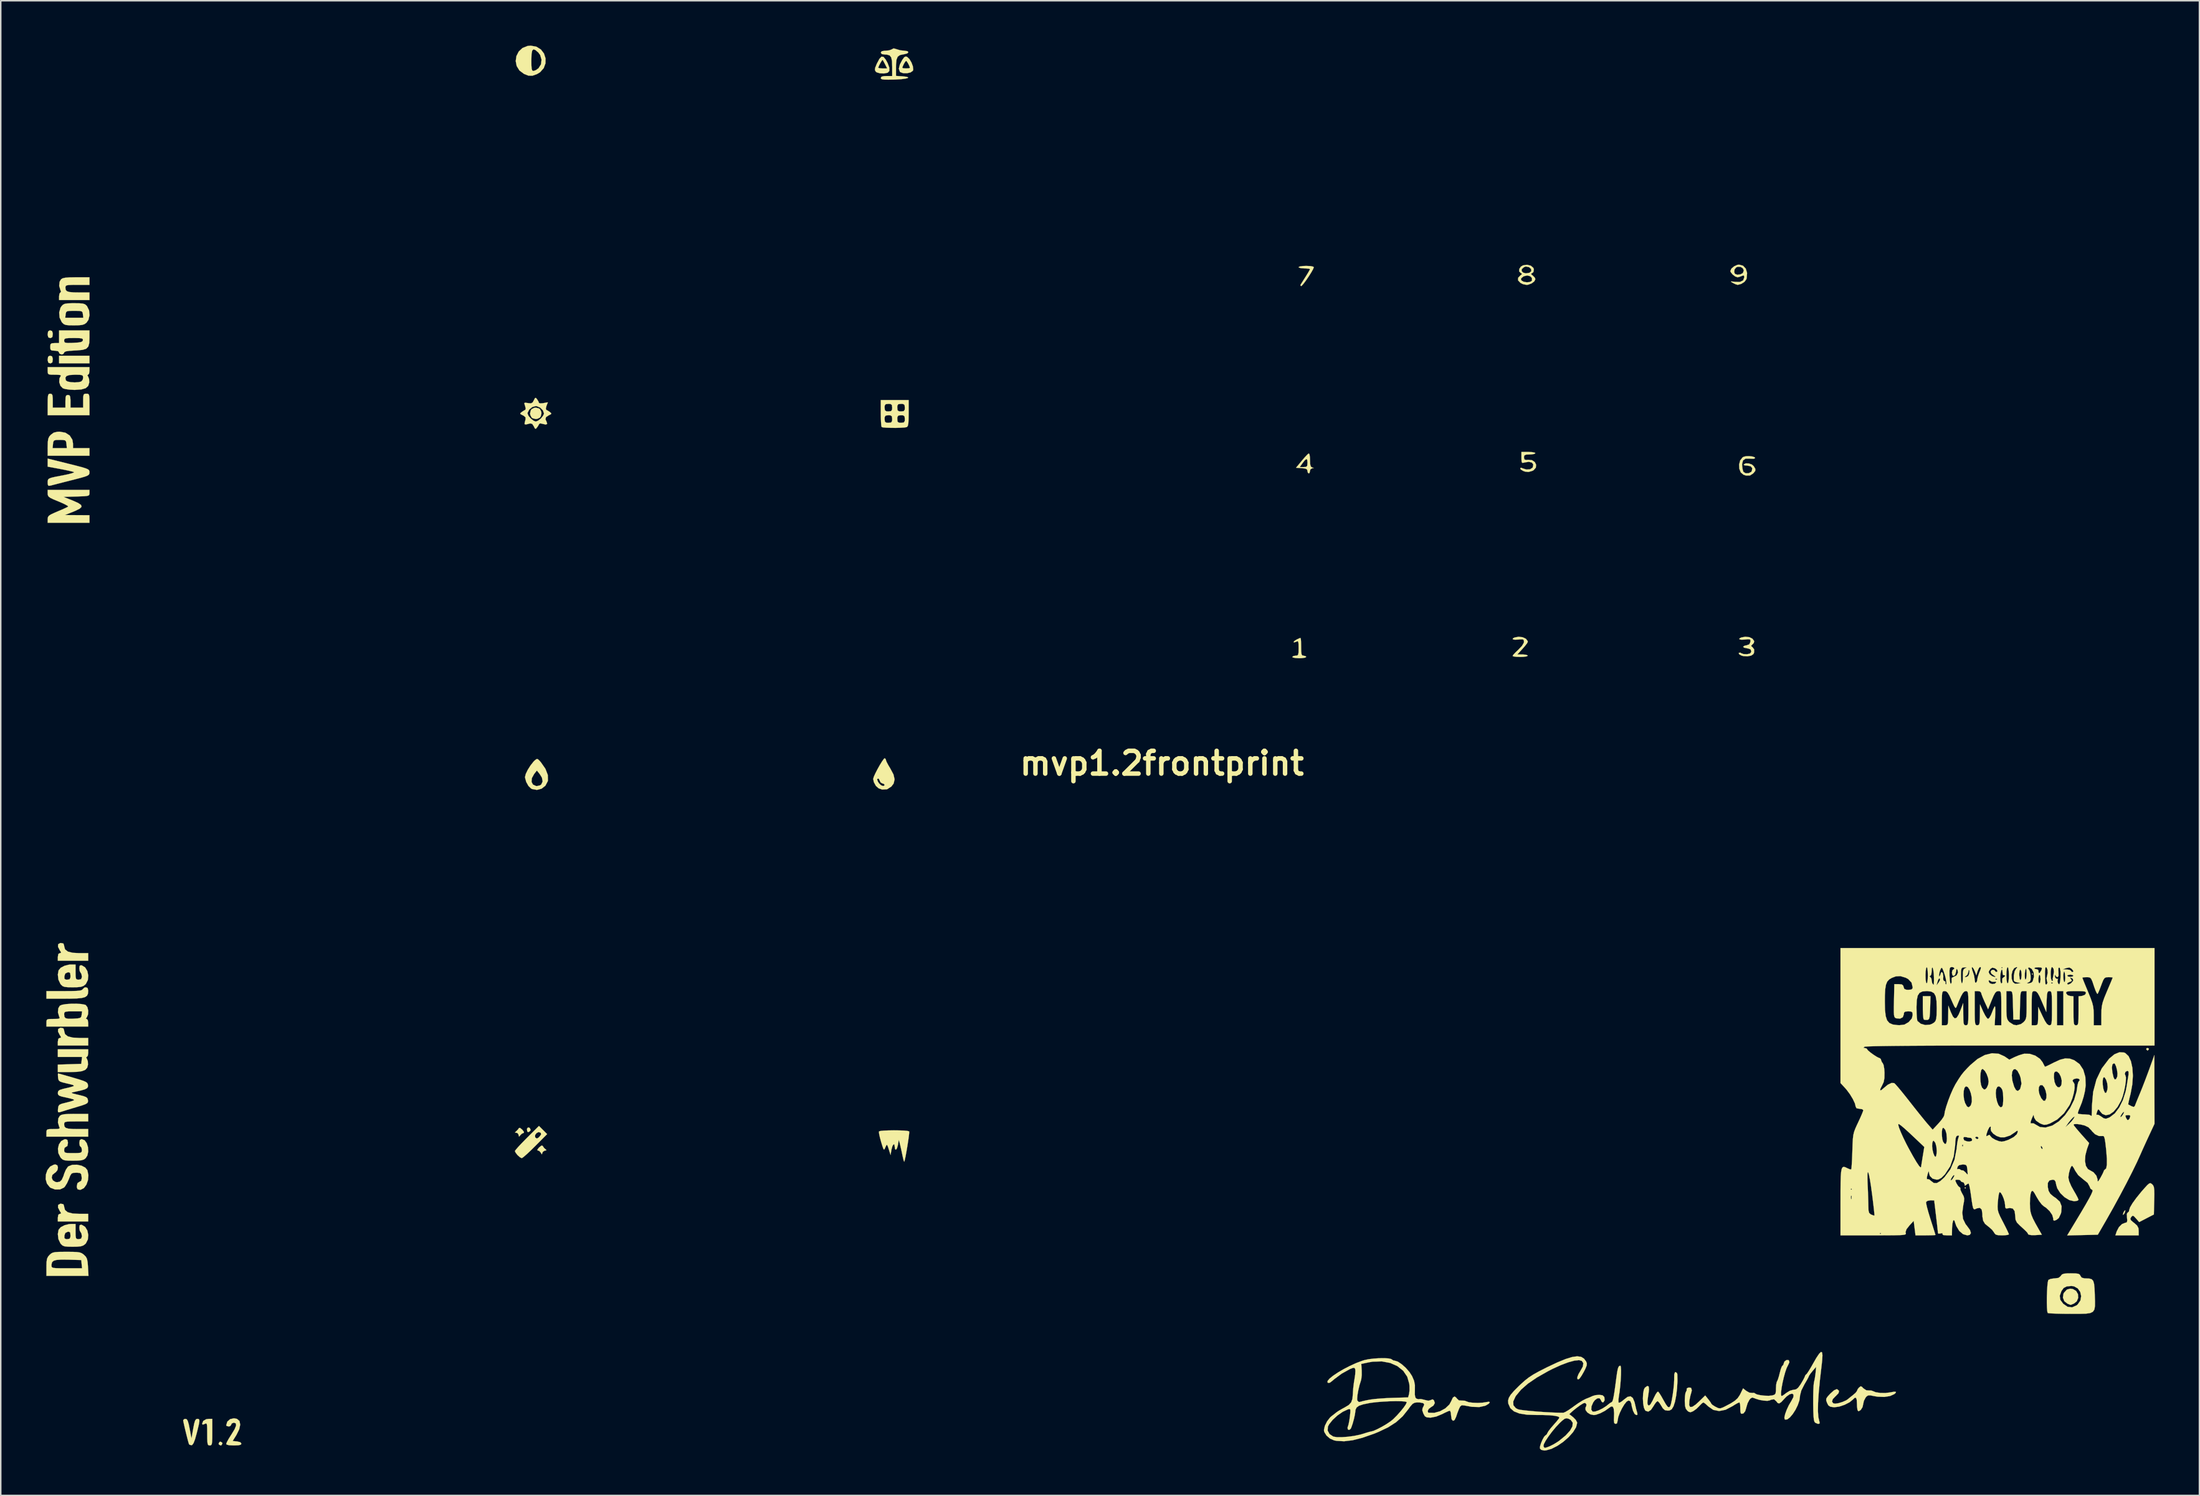
<source format=kicad_pcb>
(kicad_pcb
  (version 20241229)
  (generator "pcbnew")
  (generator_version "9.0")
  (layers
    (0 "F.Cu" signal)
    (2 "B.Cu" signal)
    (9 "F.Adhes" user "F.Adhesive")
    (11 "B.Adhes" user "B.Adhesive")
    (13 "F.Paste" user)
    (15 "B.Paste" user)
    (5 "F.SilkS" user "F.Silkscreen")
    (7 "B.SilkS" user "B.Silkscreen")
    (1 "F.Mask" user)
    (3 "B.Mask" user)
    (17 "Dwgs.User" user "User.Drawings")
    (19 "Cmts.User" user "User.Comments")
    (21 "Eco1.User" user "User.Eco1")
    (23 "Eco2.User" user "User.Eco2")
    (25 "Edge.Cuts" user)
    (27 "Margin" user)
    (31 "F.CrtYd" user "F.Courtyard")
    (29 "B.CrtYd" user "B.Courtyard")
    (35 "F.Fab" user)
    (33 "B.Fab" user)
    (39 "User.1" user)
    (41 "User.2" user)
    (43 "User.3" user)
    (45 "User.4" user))
  (footprint "mvp1.2frontprint"
    (layer "F.Cu")
    (at 74.646 48.011)
    (property "Reference" "mvp1.2frontprint" (at 0 0 0) (layer "F.SilkS") (effects (font (size 1.524 1.524) (thickness 0.3))))
    (attr through_hole)
    (fp_poly (pts (xy -71.713 -26.755) (xy -73.745 -26.755) (xy -73.745 -27.263) (xy -71.713 -27.263) (xy -71.713 -26.755)) (stroke (width 0.01) (type solid)) (fill yes) (layer "F.SilkS"))
    (fp_poly (pts (xy 53.763 28.406) (xy 53.721 28.448) (xy 53.679 28.406) (xy 53.721 28.363) (xy 53.763 28.406)) (stroke (width 0.01) (type solid)) (fill yes) (layer "F.SilkS"))
    (fp_poly (pts (xy 58.251 14.097) (xy 58.208 14.139) (xy 58.166 14.097) (xy 58.208 14.055) (xy 58.251 14.097)) (stroke (width 0.01) (type solid)) (fill yes) (layer "F.SilkS"))
    (fp_poly (pts (xy -62.837 45.449) (xy -62.823 45.508) (xy -62.89 45.621) (xy -62.95 45.635) (xy -63.062 45.568) (xy -63.077 45.508) (xy -63.009 45.396) (xy -62.95 45.381) (xy -62.837 45.449)) (stroke (width 0.01) (type solid)) (fill yes) (layer "F.SilkS"))
    (fp_poly (pts (xy -42.286 24.386) (xy -42.261 24.411) (xy -42.209 24.537) (xy -42.28 24.629) (xy -42.389 24.681) (xy -42.443 24.611) (xy -42.457 24.453) (xy -42.391 24.362) (xy -42.286 24.386)) (stroke (width 0.01) (type solid)) (fill yes) (layer "F.SilkS"))
    (fp_poly (pts (xy 64.429 29.93) (xy 64.387 30.069) (xy 64.347 30.141) (xy 64.28 30.209) (xy 64.265 30.184) (xy 64.307 30.045) (xy 64.347 29.972) (xy 64.414 29.904) (xy 64.429 29.93)) (stroke (width 0.01) (type solid)) (fill yes) (layer "F.SilkS"))
    (fp_poly (pts (xy 66.004 19.09) (xy 65.998 19.135) (xy 65.925 19.215) (xy 65.913 19.219) (xy 65.846 19.16) (xy 65.828 19.135) (xy 65.848 19.063) (xy 65.913 19.05) (xy 66.004 19.09)) (stroke (width 0.01) (type solid)) (fill yes) (layer "F.SilkS"))
    (fp_poly (pts (xy -74.213 -28.916) (xy -74.17 -28.768) (xy -74.168 -28.702) (xy -74.195 -28.516) (xy -74.294 -28.451) (xy -74.337 -28.448) (xy -74.461 -28.488) (xy -74.505 -28.636) (xy -74.507 -28.702) (xy -74.48 -28.888) (xy -74.381 -28.953) (xy -74.337 -28.956) (xy -74.213 -28.916)) (stroke (width 0.01) (type solid)) (fill yes) (layer "F.SilkS"))
    (fp_poly (pts (xy -74.213 -27.223) (xy -74.17 -27.074) (xy -74.168 -27.009) (xy -74.195 -26.823) (xy -74.294 -26.757) (xy -74.337 -26.755) (xy -74.461 -26.795) (xy -74.505 -26.943) (xy -74.507 -27.009) (xy -74.48 -27.195) (xy -74.381 -27.26) (xy -74.337 -27.263) (xy -74.213 -27.223)) (stroke (width 0.01) (type solid)) (fill yes) (layer "F.SilkS"))
    (fp_poly (pts (xy 51.375 16.362) (xy 51.36 16.731) (xy 51.339 16.965) (xy 51.303 17.094) (xy 51.244 17.152) (xy 51.178 17.17) (xy 51.009 17.164) (xy 50.945 17.134) (xy 50.918 17.028) (xy 50.897 16.794) (xy 50.886 16.476) (xy 50.885 16.327) (xy 50.885 15.579) (xy 51.399 15.579) (xy 51.375 16.362)) (stroke (width 0.01) (type solid)) (fill yes) (layer "F.SilkS"))
    (fp_poly (pts (xy -41.673 -23.745) (xy -41.588 -23.69) (xy -41.503 -23.525) (xy -41.487 -23.41) (xy -41.533 -23.216) (xy -41.588 -23.131) (xy -41.753 -23.046) (xy -41.868 -23.029) (xy -42.062 -23.075) (xy -42.147 -23.131) (xy -42.232 -23.296) (xy -42.249 -23.41) (xy -42.203 -23.605) (xy -42.147 -23.69) (xy -41.982 -23.775) (xy -41.868 -23.791) (xy -41.673 -23.745)) (stroke (width 0.01) (type solid)) (fill yes) (layer "F.SilkS"))
    (fp_poly (pts (xy 60.921 35.172) (xy 61.14 35.301) (xy 61.26 35.515) (xy 61.275 35.764) (xy 61.181 35.993) (xy 61 36.138) (xy 60.838 36.208) (xy 60.766 36.232) (xy 60.684 36.2) (xy 60.557 36.15) (xy 60.347 35.985) (xy 60.253 35.742) (xy 60.292 35.482) (xy 60.328 35.417) (xy 60.52 35.207) (xy 60.747 35.146) (xy 60.921 35.172)) (stroke (width 0.01) (type solid)) (fill yes) (layer "F.SilkS"))
    (fp_poly (pts (xy -42.782 24.502) (xy -42.769 24.515) (xy -42.664 24.652) (xy -42.662 24.72) (xy -42.675 24.723) (xy -42.807 24.784) (xy -42.893 24.871) (xy -42.979 24.973) (xy -43.005 24.937) (xy -43.008 24.871) (xy -43.08 24.744) (xy -43.159 24.72) (xy -43.259 24.706) (xy -43.213 24.646) (xy -43.173 24.614) (xy -43.042 24.479) (xy -43.003 24.409) (xy -42.929 24.386) (xy -42.782 24.502)) (stroke (width 0.01) (type solid)) (fill yes) (layer "F.SilkS"))
    (fp_poly (pts (xy -41.412 25.588) (xy -41.409 25.594) (xy -41.317 25.729) (xy -41.24 25.799) (xy -41.151 25.88) (xy -41.204 25.904) (xy -41.248 25.905) (xy -41.385 25.978) (xy -41.425 26.056) (xy -41.459 26.16) (xy -41.502 26.107) (xy -41.525 26.056) (xy -41.638 25.931) (xy -41.716 25.908) (xy -41.773 25.875) (xy -41.704 25.766) (xy -41.644 25.7) (xy -41.491 25.575) (xy -41.412 25.588)) (stroke (width 0.01) (type solid)) (fill yes) (layer "F.SilkS"))
    (fp_poly (pts (xy -73.456 12.058) (xy -73.407 12.195) (xy -73.406 12.23) (xy -73.347 12.447) (xy -73.161 12.595) (xy -72.837 12.677) (xy -72.413 12.7) (xy -71.797 12.7) (xy -71.797 13.208) (xy -73.829 13.208) (xy -73.829 12.954) (xy -73.794 12.756) (xy -73.698 12.7) (xy -73.613 12.685) (xy -73.633 12.609) (xy -73.698 12.512) (xy -73.818 12.273) (xy -73.807 12.104) (xy -73.668 12.026) (xy -73.618 12.023) (xy -73.456 12.058)) (stroke (width 0.01) (type solid)) (fill yes) (layer "F.SilkS"))
    (fp_poly (pts (xy -73.456 17.731) (xy -73.407 17.868) (xy -73.406 17.902) (xy -73.347 18.12) (xy -73.161 18.267) (xy -72.837 18.35) (xy -72.413 18.373) (xy -71.797 18.373) (xy -71.797 18.881) (xy -73.829 18.881) (xy -73.829 18.627) (xy -73.794 18.428) (xy -73.698 18.373) (xy -73.613 18.357) (xy -73.633 18.281) (xy -73.698 18.184) (xy -73.818 17.945) (xy -73.807 17.777) (xy -73.668 17.698) (xy -73.618 17.695) (xy -73.456 17.731)) (stroke (width 0.01) (type solid)) (fill yes) (layer "F.SilkS"))
    (fp_poly (pts (xy -73.456 29.499) (xy -73.407 29.637) (xy -73.406 29.671) (xy -73.347 29.889) (xy -73.161 30.036) (xy -72.837 30.118) (xy -72.413 30.141) (xy -71.797 30.141) (xy -71.797 30.649) (xy -73.829 30.649) (xy -73.829 30.395) (xy -73.794 30.197) (xy -73.698 30.141) (xy -73.613 30.126) (xy -73.633 30.05) (xy -73.698 29.953) (xy -73.818 29.714) (xy -73.807 29.545) (xy -73.668 29.467) (xy -73.618 29.464) (xy -73.456 29.499)) (stroke (width 0.01) (type solid)) (fill yes) (layer "F.SilkS"))
    (fp_poly (pts (xy -71.837 15.033) (xy -71.798 15.2) (xy -71.797 15.227) (xy -71.813 15.412) (xy -71.876 15.548) (xy -72.008 15.642) (xy -72.231 15.702) (xy -72.568 15.734) (xy -73.039 15.747) (xy -73.349 15.748) (xy -74.591 15.748) (xy -74.591 15.24) (xy -73.403 15.24) (xy -72.918 15.237) (xy -72.578 15.227) (xy -72.356 15.206) (xy -72.229 15.173) (xy -72.172 15.124) (xy -72.167 15.113) (xy -72.051 15.006) (xy -71.958 14.986) (xy -71.837 15.033)) (stroke (width 0.01) (type solid)) (fill yes) (layer "F.SilkS"))
    (fp_poly (pts (xy -71.797 19.389) (xy -71.825 19.567) (xy -71.891 19.643) (xy -71.892 19.643) (xy -71.94 19.68) (xy -71.887 19.764) (xy -71.824 19.929) (xy -71.812 20.159) (xy -71.813 20.164) (xy -71.865 20.366) (xy -71.991 20.507) (xy -72.214 20.596) (xy -72.559 20.643) (xy -73.046 20.657) (xy -73.829 20.659) (xy -73.829 20.157) (xy -73.046 20.133) (xy -72.263 20.108) (xy -72.236 19.875) (xy -72.209 19.643) (xy -73.829 19.643) (xy -73.829 19.135) (xy -71.797 19.135) (xy -71.797 19.389)) (stroke (width 0.01) (type solid)) (fill yes) (layer "F.SilkS"))
    (fp_poly (pts (xy -63.5 44.746) (xy -63.502 45.143) (xy -63.512 45.4) (xy -63.536 45.548) (xy -63.58 45.616) (xy -63.648 45.635) (xy -63.669 45.635) (xy -63.75 45.623) (xy -63.8 45.563) (xy -63.826 45.425) (xy -63.837 45.175) (xy -63.839 44.87) (xy -63.841 44.51) (xy -63.851 44.291) (xy -63.877 44.184) (xy -63.926 44.161) (xy -64.005 44.194) (xy -64.008 44.196) (xy -64.14 44.244) (xy -64.177 44.179) (xy -64.177 44.174) (xy -64.102 43.99) (xy -63.903 43.878) (xy -63.737 43.857) (xy -63.5 43.857) (xy -63.5 44.746)) (stroke (width 0.01) (type solid)) (fill yes) (layer "F.SilkS"))
    (fp_poly (pts (xy 9.946 -33.26) (xy 10.122 -33.221) (xy 10.16 -33.183) (xy 10.115 -33.061) (xy 9.999 -32.852) (xy 9.839 -32.597) (xy 9.663 -32.336) (xy 9.496 -32.11) (xy 9.367 -31.959) (xy 9.31 -31.919) (xy 9.263 -31.974) (xy 9.282 -32.025) (xy 9.36 -32.15) (xy 9.496 -32.366) (xy 9.626 -32.571) (xy 9.773 -32.81) (xy 9.874 -32.987) (xy 9.906 -33.058) (xy 9.83 -33.086) (xy 9.639 -33.103) (xy 9.525 -33.105) (xy 9.298 -33.121) (xy 9.161 -33.164) (xy 9.144 -33.189) (xy 9.221 -33.234) (xy 9.423 -33.265) (xy 9.652 -33.274) (xy 9.946 -33.26)) (stroke (width 0.01) (type solid)) (fill yes) (layer "F.SilkS"))
    (fp_poly (pts (xy -73.323 -22.114) (xy -73.032 -21.926) (xy -72.855 -21.642) (xy -72.813 -21.385) (xy -72.813 -21.082) (xy -71.713 -21.082) (xy -71.713 -20.574) (xy -74.507 -20.574) (xy -74.507 -21.082) (xy -74.179 -21.082) (xy -73.226 -21.082) (xy -73.252 -21.357) (xy -73.277 -21.52) (xy -73.341 -21.601) (xy -73.49 -21.629) (xy -73.702 -21.632) (xy -73.954 -21.627) (xy -74.082 -21.59) (xy -74.134 -21.495) (xy -74.152 -21.357) (xy -74.179 -21.082) (xy -74.507 -21.082) (xy -74.507 -21.171) (xy -74.499 -21.5) (xy -74.467 -21.713) (xy -74.398 -21.861) (xy -74.299 -21.975) (xy -74.104 -22.118) (xy -73.858 -22.177) (xy -73.7 -22.183) (xy -73.323 -22.114)) (stroke (width 0.01) (type solid)) (fill yes) (layer "F.SilkS"))
    (fp_poly (pts (xy -71.713 -32.004) (xy -72.517 -32.004) (xy -72.89 -32.002) (xy -73.125 -31.992) (xy -73.254 -31.965) (xy -73.309 -31.913) (xy -73.321 -31.829) (xy -73.321 -31.801) (xy -73.301 -31.667) (xy -73.22 -31.578) (xy -73.051 -31.526) (xy -72.766 -31.501) (xy -72.383 -31.496) (xy -71.713 -31.496) (xy -71.713 -30.988) (xy -73.745 -30.988) (xy -73.745 -31.242) (xy -73.719 -31.42) (xy -73.658 -31.496) (xy -73.657 -31.496) (xy -73.613 -31.548) (xy -73.657 -31.66) (xy -73.738 -31.939) (xy -73.709 -32.214) (xy -73.612 -32.379) (xy -73.509 -32.443) (xy -73.332 -32.483) (xy -73.05 -32.505) (xy -72.633 -32.512) (xy -72.596 -32.512) (xy -71.713 -32.512) (xy -71.713 -32.004)) (stroke (width 0.01) (type solid)) (fill yes) (layer "F.SilkS"))
    (fp_poly (pts (xy -64.419 43.866) (xy -64.371 43.91) (xy -64.363 44.017) (xy -64.395 44.215) (xy -64.469 44.529) (xy -64.545 44.831) (xy -64.657 45.231) (xy -64.753 45.482) (xy -64.843 45.603) (xy -64.881 45.62) (xy -65.023 45.589) (xy -65.063 45.536) (xy -65.111 45.373) (xy -65.18 45.111) (xy -65.259 44.795) (xy -65.336 44.474) (xy -65.4 44.194) (xy -65.44 44.002) (xy -65.447 43.949) (xy -65.377 43.872) (xy -65.293 43.857) (xy -65.207 43.887) (xy -65.139 43.998) (xy -65.074 44.221) (xy -65.015 44.514) (xy -64.891 45.17) (xy -64.776 44.514) (xy -64.711 44.176) (xy -64.65 43.975) (xy -64.583 43.88) (xy -64.504 43.857) (xy -64.419 43.866)) (stroke (width 0.01) (type solid)) (fill yes) (layer "F.SilkS"))
    (fp_poly (pts (xy -18.616 -47.256) (xy -18.469 -47.078) (xy -18.341 -46.846) (xy -18.224 -46.536) (xy -18.225 -46.312) (xy -18.337 -46.195) (xy -18.586 -46.146) (xy -18.856 -46.158) (xy -19.073 -46.223) (xy -19.137 -46.273) (xy -19.189 -46.379) (xy -19.172 -46.525) (xy -19.171 -46.529) (xy -18.965 -46.529) (xy -18.891 -46.498) (xy -18.707 -46.482) (xy -18.667 -46.482) (xy -18.368 -46.482) (xy -18.508 -46.757) (xy -18.607 -46.945) (xy -18.669 -47.055) (xy -18.674 -47.061) (xy -18.721 -47.015) (xy -18.807 -46.877) (xy -18.897 -46.707) (xy -18.957 -46.567) (xy -18.965 -46.529) (xy -19.171 -46.529) (xy -19.078 -46.761) (xy -19.051 -46.82) (xy -18.887 -47.127) (xy -18.749 -47.273) (xy -18.616 -47.256)) (stroke (width 0.01) (type solid)) (fill yes) (layer "F.SilkS"))
    (fp_poly (pts (xy -41.109 24.807) (xy -41.91 25.612) (xy -42.212 25.908) (xy -42.476 26.156) (xy -42.678 26.331) (xy -42.793 26.413) (xy -42.804 26.416) (xy -42.922 26.359) (xy -43.078 26.223) (xy -43.081 26.22) (xy -43.21 26.059) (xy -43.265 25.945) (xy -43.265 25.943) (xy -43.208 25.857) (xy -43.052 25.676) (xy -42.819 25.427) (xy -42.532 25.133) (xy -42.46 25.061) (xy -42.27 24.871) (xy -41.914 24.871) (xy -41.912 25.011) (xy -41.896 25.036) (xy -41.805 25.103) (xy -41.697 25.051) (xy -41.624 24.982) (xy -41.512 24.836) (xy -41.532 24.73) (xy -41.551 24.709) (xy -41.682 24.671) (xy -41.82 24.741) (xy -41.914 24.871) (xy -42.27 24.871) (xy -41.656 24.26) (xy -41.109 24.807)) (stroke (width 0.01) (type solid)) (fill yes) (layer "F.SilkS"))
    (fp_poly (pts (xy -17.033 -47.252) (xy -16.88 -47.107) (xy -16.744 -46.877) (xy -16.651 -46.624) (xy -16.627 -46.407) (xy -16.651 -46.327) (xy -16.804 -46.217) (xy -17.044 -46.162) (xy -17.298 -46.166) (xy -17.491 -46.236) (xy -17.522 -46.265) (xy -17.589 -46.464) (xy -17.575 -46.52) (xy -17.357 -46.52) (xy -17.283 -46.493) (xy -17.105 -46.482) (xy -17.103 -46.482) (xy -16.924 -46.493) (xy -16.849 -46.52) (xy -16.849 -46.52) (xy -16.885 -46.642) (xy -16.966 -46.809) (xy -17.054 -46.948) (xy -17.103 -46.99) (xy -17.169 -46.924) (xy -17.259 -46.773) (xy -17.334 -46.609) (xy -17.357 -46.52) (xy -17.575 -46.52) (xy -17.521 -46.747) (xy -17.358 -47.056) (xy -17.228 -47.234) (xy -17.12 -47.282) (xy -17.033 -47.252)) (stroke (width 0.01) (type solid)) (fill yes) (layer "F.SilkS"))
    (fp_poly (pts (xy 24.127 -8.431) (xy 24.345 -8.328) (xy 24.461 -8.175) (xy 24.469 -8.12) (xy 24.415 -8.019) (xy 24.276 -7.84) (xy 24.119 -7.66) (xy 23.77 -7.281) (xy 24.119 -7.281) (xy 24.335 -7.263) (xy 24.458 -7.217) (xy 24.469 -7.197) (xy 24.392 -7.152) (xy 24.19 -7.121) (xy 23.961 -7.112) (xy 23.693 -7.123) (xy 23.509 -7.15) (xy 23.453 -7.181) (xy 23.511 -7.271) (xy 23.663 -7.432) (xy 23.834 -7.593) (xy 24.078 -7.849) (xy 24.203 -8.061) (xy 24.215 -8.127) (xy 24.2 -8.244) (xy 24.125 -8.291) (xy 23.946 -8.288) (xy 23.834 -8.276) (xy 23.591 -8.267) (xy 23.464 -8.296) (xy 23.471 -8.355) (xy 23.587 -8.415) (xy 23.858 -8.465) (xy 24.127 -8.431)) (stroke (width 0.01) (type solid)) (fill yes) (layer "F.SilkS"))
    (fp_poly (pts (xy -71.822 -24.716) (xy -71.759 -24.674) (xy -71.727 -24.563) (xy -71.715 -24.349) (xy -71.713 -24.003) (xy -71.713 -23.283) (xy -74.507 -23.283) (xy -74.507 -24.003) (xy -74.504 -24.353) (xy -74.489 -24.567) (xy -74.455 -24.677) (xy -74.394 -24.718) (xy -74.337 -24.723) (xy -74.239 -24.702) (xy -74.188 -24.615) (xy -74.17 -24.42) (xy -74.168 -24.257) (xy -74.168 -23.791) (xy -73.321 -23.791) (xy -73.321 -24.215) (xy -73.312 -24.469) (xy -73.275 -24.595) (xy -73.191 -24.636) (xy -73.152 -24.638) (xy -73.05 -24.616) (xy -73 -24.521) (xy -72.983 -24.313) (xy -72.983 -24.215) (xy -72.983 -23.791) (xy -72.136 -23.791) (xy -72.136 -24.257) (xy -72.131 -24.524) (xy -72.101 -24.663) (xy -72.03 -24.715) (xy -71.924 -24.723) (xy -71.822 -24.716)) (stroke (width 0.01) (type solid)) (fill yes) (layer "F.SilkS"))
    (fp_poly (pts (xy -71.797 23.961) (xy -72.602 23.961) (xy -72.974 23.962) (xy -73.209 23.973) (xy -73.339 24) (xy -73.393 24.051) (xy -73.406 24.136) (xy -73.406 24.163) (xy -73.385 24.298) (xy -73.304 24.387) (xy -73.135 24.439) (xy -72.851 24.463) (xy -72.468 24.469) (xy -71.797 24.469) (xy -71.797 24.977) (xy -74.591 24.977) (xy -74.591 24.723) (xy -74.584 24.578) (xy -74.533 24.502) (xy -74.397 24.473) (xy -74.135 24.469) (xy -74.123 24.469) (xy -73.858 24.464) (xy -73.731 24.441) (xy -73.707 24.385) (xy -73.742 24.305) (xy -73.823 24.026) (xy -73.794 23.751) (xy -73.696 23.586) (xy -73.593 23.522) (xy -73.416 23.481) (xy -73.135 23.46) (xy -72.717 23.453) (xy -72.68 23.453) (xy -71.797 23.453) (xy -71.797 23.961)) (stroke (width 0.01) (type solid)) (fill yes) (layer "F.SilkS"))
    (fp_poly (pts (xy -61.849 43.857) (xy -61.682 44) (xy -61.633 44.241) (xy -61.7 44.558) (xy -61.883 44.928) (xy -61.888 44.937) (xy -62.139 45.339) (xy -61.846 45.365) (xy -61.627 45.418) (xy -61.553 45.513) (xy -61.597 45.585) (xy -61.748 45.623) (xy -62.037 45.635) (xy -62.061 45.635) (xy -62.379 45.621) (xy -62.541 45.575) (xy -62.568 45.529) (xy -62.524 45.411) (xy -62.407 45.197) (xy -62.243 44.935) (xy -62.23 44.916) (xy -62.01 44.555) (xy -61.908 44.307) (xy -61.922 44.162) (xy -62.049 44.111) (xy -62.061 44.111) (xy -62.199 44.164) (xy -62.23 44.238) (xy -62.301 44.342) (xy -62.399 44.365) (xy -62.537 44.333) (xy -62.569 44.288) (xy -62.496 44.042) (xy -62.308 43.876) (xy -62.05 43.818) (xy -61.849 43.857)) (stroke (width 0.01) (type solid)) (fill yes) (layer "F.SilkS"))
    (fp_poly (pts (xy 9.294 -8.304) (xy 9.308 -8.1) (xy 9.313 -7.813) (xy 9.313 -7.789) (xy 9.318 -7.478) (xy 9.339 -7.299) (xy 9.385 -7.218) (xy 9.469 -7.197) (xy 9.483 -7.197) (xy 9.62 -7.161) (xy 9.652 -7.112) (xy 9.575 -7.066) (xy 9.378 -7.035) (xy 9.186 -7.027) (xy 8.931 -7.041) (xy 8.762 -7.077) (xy 8.721 -7.112) (xy 8.793 -7.176) (xy 8.932 -7.197) (xy 9.049 -7.207) (xy 9.113 -7.266) (xy 9.139 -7.412) (xy 9.144 -7.685) (xy 9.144 -7.708) (xy 9.14 -7.987) (xy 9.12 -8.13) (xy 9.072 -8.167) (xy 8.981 -8.131) (xy 8.975 -8.128) (xy 8.845 -8.085) (xy 8.805 -8.111) (xy 8.872 -8.188) (xy 9.024 -8.285) (xy 9.19 -8.362) (xy 9.275 -8.382) (xy 9.294 -8.304)) (stroke (width 0.01) (type solid)) (fill yes) (layer "F.SilkS"))
    (fp_poly (pts (xy -41.73 -0.277) (xy -41.612 -0.167) (xy -41.526 -0.067) (xy -41.223 0.369) (xy -41.064 0.781) (xy -41.055 1.152) (xy -41.068 1.204) (xy -41.226 1.502) (xy -41.482 1.701) (xy -41.792 1.781) (xy -42.11 1.725) (xy -42.185 1.687) (xy -42.36 1.513) (xy -42.506 1.249) (xy -42.509 1.239) (xy -42.152 1.239) (xy -42.057 1.426) (xy -41.853 1.519) (xy -41.783 1.524) (xy -41.589 1.478) (xy -41.504 1.422) (xy -41.409 1.218) (xy -41.457 0.959) (xy -41.599 0.729) (xy -41.794 0.484) (xy -41.979 0.719) (xy -42.129 0.992) (xy -42.152 1.239) (xy -42.509 1.239) (xy -42.583 0.973) (xy -42.587 0.91) (xy -42.536 0.71) (xy -42.405 0.439) (xy -42.224 0.151) (xy -42.028 -0.099) (xy -41.933 -0.194) (xy -41.82 -0.281) (xy -41.73 -0.277)) (stroke (width 0.01) (type solid)) (fill yes) (layer "F.SilkS"))
    (fp_poly (pts (xy -18.463 -0.271) (xy -18.457 -0.229) (xy -18.414 -0.104) (xy -18.302 0.111) (xy -18.163 0.343) (xy -17.949 0.745) (xy -17.873 1.073) (xy -17.935 1.35) (xy -18.088 1.555) (xy -18.375 1.738) (xy -18.702 1.757) (xy -18.935 1.679) (xy -19.125 1.511) (xy -19.263 1.256) (xy -19.299 1.07) (xy -19.046 1.07) (xy -18.987 1.23) (xy -18.918 1.336) (xy -18.781 1.47) (xy -18.641 1.524) (xy -18.552 1.485) (xy -18.542 1.439) (xy -18.611 1.365) (xy -18.677 1.355) (xy -18.805 1.284) (xy -18.856 1.185) (xy -18.923 1.048) (xy -18.975 1.016) (xy -19.046 1.07) (xy -19.299 1.07) (xy -19.304 1.044) (xy -19.265 0.907) (xy -19.164 0.681) (xy -19.024 0.408) (xy -18.868 0.128) (xy -18.718 -0.117) (xy -18.598 -0.286) (xy -18.536 -0.339) (xy -18.463 -0.271)) (stroke (width 0.01) (type solid)) (fill yes) (layer "F.SilkS"))
    (fp_poly (pts (xy 9.87 -20.669) (xy 9.9 -20.475) (xy 9.906 -20.291) (xy 9.917 -20.009) (xy 9.958 -19.855) (xy 10.042 -19.789) (xy 10.054 -19.786) (xy 10.159 -19.754) (xy 10.098 -19.74) (xy 10.054 -19.737) (xy 9.93 -19.658) (xy 9.906 -19.558) (xy 9.871 -19.42) (xy 9.821 -19.389) (xy 9.752 -19.459) (xy 9.737 -19.553) (xy 9.706 -19.659) (xy 9.586 -19.717) (xy 9.354 -19.744) (xy 8.972 -19.77) (xy 9.007 -19.812) (xy 9.217 -19.812) (xy 9.477 -19.812) (xy 9.65 -19.828) (xy 9.722 -19.908) (xy 9.737 -20.105) (xy 9.737 -20.113) (xy 9.719 -20.305) (xy 9.659 -20.353) (xy 9.542 -20.254) (xy 9.396 -20.063) (xy 9.217 -19.812) (xy 9.007 -19.812) (xy 9.355 -20.235) (xy 9.556 -20.47) (xy 9.722 -20.646) (xy 9.819 -20.728) (xy 9.822 -20.729) (xy 9.87 -20.669)) (stroke (width 0.01) (type solid)) (fill yes) (layer "F.SilkS"))
    (fp_poly (pts (xy -41.823 -47.936) (xy -41.525 -47.75) (xy -41.319 -47.48) (xy -41.215 -47.159) (xy -41.219 -46.822) (xy -41.338 -46.501) (xy -41.58 -46.23) (xy -41.78 -46.108) (xy -42.088 -45.996) (xy -42.355 -46) (xy -42.647 -46.112) (xy -42.96 -46.344) (xy -43.145 -46.643) (xy -43.21 -46.977) (xy -43.202 -47.032) (xy -42.164 -47.032) (xy -42.16 -46.678) (xy -42.142 -46.462) (xy -42.106 -46.351) (xy -42.044 -46.314) (xy -42.021 -46.313) (xy -41.861 -46.368) (xy -41.683 -46.497) (xy -41.52 -46.756) (xy -41.482 -47.068) (xy -41.571 -47.376) (xy -41.694 -47.544) (xy -41.89 -47.715) (xy -42.024 -47.762) (xy -42.108 -47.675) (xy -42.151 -47.441) (xy -42.164 -47.051) (xy -42.164 -47.032) (xy -43.202 -47.032) (xy -43.162 -47.312) (xy -43.009 -47.613) (xy -42.759 -47.849) (xy -42.421 -47.985) (xy -42.206 -48.006) (xy -41.823 -47.936)) (stroke (width 0.01) (type solid)) (fill yes) (layer "F.SilkS"))
    (fp_poly (pts (xy -73.11 -20.036) (xy -72.601 -19.909) (xy -72.233 -19.812) (xy -71.985 -19.737) (xy -71.831 -19.674) (xy -71.75 -19.614) (xy -71.718 -19.547) (xy -71.713 -19.465) (xy -71.719 -19.376) (xy -71.756 -19.306) (xy -71.847 -19.243) (xy -72.017 -19.177) (xy -72.291 -19.097) (xy -72.693 -18.992) (xy -72.919 -18.935) (xy -73.363 -18.822) (xy -73.761 -18.72) (xy -74.077 -18.639) (xy -74.278 -18.586) (xy -74.316 -18.576) (xy -74.45 -18.56) (xy -74.5 -18.645) (xy -74.507 -18.777) (xy -74.504 -18.899) (xy -74.477 -18.987) (xy -74.399 -19.052) (xy -74.243 -19.108) (xy -73.982 -19.168) (xy -73.588 -19.243) (xy -73.466 -19.266) (xy -73.132 -19.336) (xy -72.884 -19.401) (xy -72.753 -19.454) (xy -72.747 -19.479) (xy -72.873 -19.518) (xy -73.124 -19.578) (xy -73.458 -19.647) (xy -73.681 -19.69) (xy -74.507 -19.843) (xy -74.507 -20.383) (xy -73.11 -20.036)) (stroke (width 0.01) (type solid)) (fill yes) (layer "F.SilkS"))
    (fp_poly (pts (xy -71.713 -18.079) (xy -71.719 -17.985) (xy -71.757 -17.924) (xy -71.858 -17.887) (xy -72.052 -17.866) (xy -72.369 -17.853) (xy -72.581 -17.846) (xy -73.448 -17.822) (xy -72.835 -17.576) (xy -72.473 -17.416) (xy -72.276 -17.281) (xy -72.241 -17.157) (xy -72.369 -17.031) (xy -72.658 -16.887) (xy -72.792 -16.832) (xy -73.364 -16.605) (xy -71.713 -16.595) (xy -71.713 -16.087) (xy -74.507 -16.087) (xy -74.507 -16.329) (xy -74.494 -16.453) (xy -74.434 -16.551) (xy -74.295 -16.645) (xy -74.047 -16.761) (xy -73.85 -16.845) (xy -73.542 -16.976) (xy -73.296 -17.088) (xy -73.153 -17.162) (xy -73.135 -17.174) (xy -73.181 -17.227) (xy -73.355 -17.324) (xy -73.623 -17.448) (xy -73.791 -17.518) (xy -74.131 -17.659) (xy -74.342 -17.763) (xy -74.455 -17.852) (xy -74.5 -17.949) (xy -74.507 -18.047) (xy -74.507 -18.288) (xy -71.713 -18.288) (xy -71.713 -18.079)) (stroke (width 0.01) (type solid)) (fill yes) (layer "F.SilkS"))
    (fp_poly (pts (xy 24.766 -20.814) (xy 24.935 -20.778) (xy 24.977 -20.743) (xy 24.901 -20.693) (xy 24.71 -20.663) (xy 24.596 -20.659) (xy 24.36 -20.649) (xy 24.248 -20.605) (xy 24.216 -20.504) (xy 24.215 -20.464) (xy 24.237 -20.333) (xy 24.337 -20.291) (xy 24.492 -20.302) (xy 24.755 -20.274) (xy 24.939 -20.149) (xy 25.027 -19.969) (xy 25.005 -19.774) (xy 24.86 -19.607) (xy 24.752 -19.553) (xy 24.509 -19.486) (xy 24.296 -19.509) (xy 24.151 -19.561) (xy 24.004 -19.653) (xy 23.961 -19.728) (xy 24.01 -19.775) (xy 24.124 -19.73) (xy 24.381 -19.65) (xy 24.623 -19.667) (xy 24.787 -19.776) (xy 24.798 -19.795) (xy 24.839 -19.988) (xy 24.744 -20.117) (xy 24.541 -20.168) (xy 24.259 -20.124) (xy 24.236 -20.117) (xy 24.12 -20.092) (xy 24.064 -20.143) (xy 24.046 -20.308) (xy 24.045 -20.441) (xy 24.045 -20.828) (xy 24.511 -20.828) (xy 24.766 -20.814)) (stroke (width 0.01) (type solid)) (fill yes) (layer "F.SilkS"))
    (fp_poly (pts (xy -72.83 32.684) (xy -72.546 32.697) (xy -72.356 32.726) (xy -72.222 32.779) (xy -72.107 32.861) (xy -72.081 32.883) (xy -71.954 33.011) (xy -71.878 33.157) (xy -71.836 33.374) (xy -71.812 33.687) (xy -71.778 34.29) (xy -74.591 34.29) (xy -74.591 33.693) (xy -74.589 33.581) (xy -74.253 33.581) (xy -74.248 33.665) (xy -74.214 33.722) (xy -74.124 33.757) (xy -73.949 33.774) (xy -73.661 33.781) (xy -73.232 33.782) (xy -72.21 33.782) (xy -72.236 33.507) (xy -72.263 33.232) (xy -73.14 33.207) (xy -73.598 33.203) (xy -73.914 33.225) (xy -74.111 33.281) (xy -74.215 33.38) (xy -74.251 33.531) (xy -74.253 33.581) (xy -74.589 33.581) (xy -74.584 33.364) (xy -74.552 33.151) (xy -74.482 33.003) (xy -74.384 32.889) (xy -74.281 32.798) (xy -74.169 32.738) (xy -74.01 32.703) (xy -73.768 32.686) (xy -73.406 32.682) (xy -73.245 32.681) (xy -72.83 32.684)) (stroke (width 0.01) (type solid)) (fill yes) (layer "F.SilkS"))
    (fp_poly (pts (xy -72.378 -30.772) (xy -72.154 -30.751) (xy -72.013 -30.704) (xy -71.912 -30.621) (xy -71.875 -30.576) (xy -71.74 -30.299) (xy -71.71 -29.974) (xy -71.781 -29.666) (xy -71.909 -29.479) (xy -72.039 -29.381) (xy -72.202 -29.325) (xy -72.446 -29.3) (xy -72.749 -29.295) (xy -73.083 -29.299) (xy -73.294 -29.322) (xy -73.428 -29.376) (xy -73.532 -29.472) (xy -73.569 -29.518) (xy -73.705 -29.803) (xy -73.333 -29.803) (xy -72.125 -29.803) (xy -72.152 -30.035) (xy -72.174 -30.161) (xy -72.233 -30.23) (xy -72.369 -30.261) (xy -72.621 -30.268) (xy -72.729 -30.268) (xy -73.025 -30.265) (xy -73.192 -30.243) (xy -73.27 -30.187) (xy -73.3 -30.081) (xy -73.306 -30.035) (xy -73.333 -29.803) (xy -73.705 -29.803) (xy -73.711 -29.815) (xy -73.738 -30.157) (xy -73.65 -30.474) (xy -73.583 -30.576) (xy -73.486 -30.676) (xy -73.365 -30.736) (xy -73.178 -30.766) (xy -72.882 -30.776) (xy -72.729 -30.776) (xy -72.378 -30.772)) (stroke (width 0.01) (type solid)) (fill yes) (layer "F.SilkS"))
    (fp_poly (pts (xy 39.498 -20.52) (xy 39.641 -20.47) (xy 39.667 -20.406) (xy 39.561 -20.368) (xy 39.361 -20.374) (xy 39.327 -20.379) (xy 39.035 -20.379) (xy 38.862 -20.261) (xy 38.8 -20.016) (xy 38.803 -19.909) (xy 38.834 -19.674) (xy 38.883 -19.507) (xy 38.89 -19.494) (xy 39.033 -19.403) (xy 39.232 -19.402) (xy 39.404 -19.487) (xy 39.446 -19.541) (xy 39.483 -19.735) (xy 39.375 -19.868) (xy 39.141 -19.916) (xy 39.123 -19.915) (xy 38.956 -19.932) (xy 38.905 -19.981) (xy 38.908 -19.987) (xy 39.042 -20.064) (xy 39.248 -20.059) (xy 39.456 -19.984) (xy 39.577 -19.878) (xy 39.687 -19.691) (xy 39.68 -19.557) (xy 39.55 -19.4) (xy 39.539 -19.389) (xy 39.322 -19.248) (xy 39.066 -19.247) (xy 38.894 -19.303) (xy 38.711 -19.458) (xy 38.614 -19.705) (xy 38.601 -19.991) (xy 38.673 -20.261) (xy 38.83 -20.461) (xy 38.901 -20.503) (xy 39.075 -20.544) (xy 39.292 -20.547) (xy 39.498 -20.52)) (stroke (width 0.01) (type solid)) (fill yes) (layer "F.SilkS"))
    (fp_poly (pts (xy 39.292 -8.435) (xy 39.491 -8.334) (xy 39.61 -8.173) (xy 39.58 -8.042) (xy 39.492 -7.954) (xy 39.403 -7.859) (xy 39.454 -7.792) (xy 39.492 -7.77) (xy 39.606 -7.621) (xy 39.604 -7.412) (xy 39.555 -7.304) (xy 39.404 -7.202) (xy 39.159 -7.155) (xy 38.886 -7.171) (xy 38.756 -7.207) (xy 38.606 -7.293) (xy 38.572 -7.376) (xy 38.573 -7.377) (xy 38.67 -7.405) (xy 38.737 -7.364) (xy 38.896 -7.306) (xy 39.124 -7.296) (xy 39.132 -7.297) (xy 39.333 -7.342) (xy 39.408 -7.444) (xy 39.412 -7.493) (xy 39.368 -7.62) (xy 39.208 -7.68) (xy 39.137 -7.689) (xy 38.929 -7.735) (xy 38.87 -7.802) (xy 38.967 -7.865) (xy 39.095 -7.89) (xy 39.283 -7.957) (xy 39.356 -8.119) (xy 39.362 -8.24) (xy 39.306 -8.292) (xy 39.147 -8.293) (xy 38.996 -8.277) (xy 38.751 -8.267) (xy 38.62 -8.296) (xy 38.624 -8.353) (xy 38.742 -8.415) (xy 39.015 -8.466) (xy 39.292 -8.435)) (stroke (width 0.01) (type solid)) (fill yes) (layer "F.SilkS"))
    (fp_poly (pts (xy 66.199 28.143) (xy 66.225 28.166) (xy 66.295 28.248) (xy 66.339 28.364) (xy 66.362 28.547) (xy 66.368 28.832) (xy 66.36 29.247) (xy 66.336 30.184) (xy 65.353 30.692) (xy 65.141 30.449) (xy 64.999 30.297) (xy 64.914 30.264) (xy 64.837 30.335) (xy 64.817 30.361) (xy 64.762 30.468) (xy 64.799 30.566) (xy 64.95 30.699) (xy 65.012 30.746) (xy 65.214 30.924) (xy 65.304 31.097) (xy 65.32 31.278) (xy 65.32 31.581) (xy 64.542 31.581) (xy 63.763 31.581) (xy 63.854 31.305) (xy 64 31.029) (xy 64.207 30.824) (xy 64.43 30.736) (xy 64.444 30.736) (xy 64.532 30.704) (xy 64.557 30.583) (xy 64.539 30.395) (xy 64.528 30.151) (xy 64.581 30.058) (xy 64.59 30.057) (xy 64.667 29.986) (xy 64.685 29.886) (xy 64.743 29.708) (xy 64.906 29.432) (xy 65.159 29.082) (xy 65.486 28.677) (xy 65.693 28.44) (xy 65.895 28.219) (xy 66.023 28.109) (xy 66.112 28.089) (xy 66.199 28.143)) (stroke (width 0.01) (type solid)) (fill yes) (layer "F.SilkS"))
    (fp_poly (pts (xy -72.037 25.221) (xy -71.896 25.414) (xy -71.813 25.68) (xy -71.795 25.971) (xy -71.854 26.241) (xy -71.967 26.416) (xy -72.084 26.505) (xy -72.245 26.556) (xy -72.494 26.58) (xy -72.807 26.585) (xy -73.148 26.581) (xy -73.365 26.56) (xy -73.502 26.511) (xy -73.605 26.422) (xy -73.654 26.362) (xy -73.792 26.086) (xy -73.822 25.784) (xy -73.757 25.5) (xy -73.608 25.277) (xy -73.388 25.157) (xy -73.3 25.147) (xy -73.189 25.198) (xy -73.152 25.374) (xy -73.152 25.4) (xy -73.19 25.602) (xy -73.279 25.654) (xy -73.381 25.728) (xy -73.406 25.866) (xy -73.397 25.976) (xy -73.347 26.04) (xy -73.217 26.069) (xy -72.971 26.077) (xy -72.813 26.077) (xy -72.504 26.074) (xy -72.326 26.056) (xy -72.245 26.01) (xy -72.222 25.922) (xy -72.221 25.866) (xy -72.25 25.707) (xy -72.305 25.654) (xy -72.365 25.58) (xy -72.39 25.403) (xy -72.39 25.4) (xy -72.363 25.213) (xy -72.263 25.148) (xy -72.225 25.146) (xy -72.037 25.221)) (stroke (width 0.01) (type solid)) (fill yes) (layer "F.SilkS"))
    (fp_poly (pts (xy 38.862 -33.286) (xy 39.047 -33.09) (xy 39.134 -32.802) (xy 39.106 -32.455) (xy 39.084 -32.376) (xy 38.96 -32.208) (xy 38.746 -32.069) (xy 38.518 -32.007) (xy 38.498 -32.007) (xy 38.355 -32.049) (xy 38.185 -32.133) (xy 38.064 -32.208) (xy 38.065 -32.235) (xy 38.206 -32.222) (xy 38.332 -32.204) (xy 38.663 -32.201) (xy 38.87 -32.304) (xy 38.946 -32.509) (xy 38.947 -32.525) (xy 38.922 -32.636) (xy 38.818 -32.617) (xy 38.783 -32.6) (xy 38.589 -32.527) (xy 38.487 -32.512) (xy 38.333 -32.57) (xy 38.161 -32.706) (xy 38.047 -32.85) (xy 38.273 -32.85) (xy 38.326 -32.738) (xy 38.479 -32.683) (xy 38.683 -32.704) (xy 38.845 -32.789) (xy 38.853 -32.798) (xy 38.915 -32.967) (xy 38.849 -33.115) (xy 38.697 -33.209) (xy 38.5 -33.211) (xy 38.408 -33.174) (xy 38.295 -33.035) (xy 38.273 -32.85) (xy 38.047 -32.85) (xy 38.038 -32.861) (xy 38.015 -32.935) (xy 38.087 -33.092) (xy 38.263 -33.242) (xy 38.48 -33.342) (xy 38.595 -33.359) (xy 38.862 -33.286)) (stroke (width 0.01) (type solid)) (fill yes) (layer "F.SilkS"))
    (fp_poly (pts (xy -17.75 -47.773) (xy -17.736 -47.767) (xy -17.495 -47.697) (xy -17.22 -47.667) (xy -17.219 -47.667) (xy -17.011 -47.637) (xy -16.951 -47.566) (xy -17.03 -47.487) (xy -17.242 -47.431) (xy -17.27 -47.428) (xy -17.512 -47.379) (xy -17.665 -47.269) (xy -17.747 -47.067) (xy -17.778 -46.74) (xy -17.78 -46.577) (xy -17.78 -45.983) (xy -17.378 -45.957) (xy -17.096 -45.928) (xy -16.97 -45.888) (xy -16.988 -45.844) (xy -17.137 -45.802) (xy -17.405 -45.766) (xy -17.779 -45.742) (xy -17.886 -45.738) (xy -18.294 -45.731) (xy -18.562 -45.736) (xy -18.715 -45.758) (xy -18.784 -45.799) (xy -18.796 -45.844) (xy -18.749 -45.929) (xy -18.587 -45.968) (xy -18.415 -45.974) (xy -18.034 -45.974) (xy -18.034 -46.592) (xy -18.047 -46.975) (xy -18.099 -47.219) (xy -18.207 -47.354) (xy -18.387 -47.408) (xy -18.517 -47.413) (xy -18.729 -47.444) (xy -18.796 -47.54) (xy -18.737 -47.631) (xy -18.544 -47.666) (xy -18.474 -47.667) (xy -18.238 -47.692) (xy -18.07 -47.753) (xy -18.053 -47.767) (xy -17.933 -47.824) (xy -17.75 -47.773)) (stroke (width 0.01) (type solid)) (fill yes) (layer "F.SilkS"))
    (fp_poly (pts (xy -71.713 -28.464) (xy -71.727 -28.113) (xy -71.79 -27.878) (xy -71.928 -27.734) (xy -72.171 -27.656) (xy -72.548 -27.62) (xy -72.68 -27.614) (xy -73.052 -27.591) (xy -73.28 -27.558) (xy -73.388 -27.509) (xy -73.406 -27.466) (xy -73.477 -27.37) (xy -73.575 -27.347) (xy -73.713 -27.4) (xy -73.745 -27.474) (xy -73.809 -27.568) (xy -74.014 -27.601) (xy -74.041 -27.601) (xy -74.24 -27.615) (xy -74.322 -27.687) (xy -74.337 -27.855) (xy -74.321 -28.026) (xy -74.237 -28.096) (xy -74.041 -28.109) (xy -73.745 -28.109) (xy -73.745 -28.275) (xy -73.406 -28.275) (xy -73.393 -28.186) (xy -73.33 -28.137) (xy -73.181 -28.118) (xy -72.91 -28.122) (xy -72.793 -28.127) (xy -72.465 -28.147) (xy -72.272 -28.181) (xy -72.178 -28.238) (xy -72.152 -28.3) (xy -72.156 -28.375) (xy -72.227 -28.42) (xy -72.396 -28.442) (xy -72.695 -28.448) (xy -72.765 -28.448) (xy -73.091 -28.444) (xy -73.283 -28.427) (xy -73.376 -28.386) (xy -73.405 -28.312) (xy -73.406 -28.275) (xy -73.745 -28.275) (xy -73.745 -28.956) (xy -71.713 -28.956) (xy -71.713 -28.464)) (stroke (width 0.01) (type solid)) (fill yes) (layer "F.SilkS"))
    (fp_poly (pts (xy -71.713 -26.247) (xy -71.74 -26.068) (xy -71.806 -25.993) (xy -71.808 -25.993) (xy -71.856 -25.955) (xy -71.802 -25.871) (xy -71.739 -25.706) (xy -71.728 -25.476) (xy -71.728 -25.471) (xy -71.797 -25.244) (xy -71.966 -25.093) (xy -72.256 -25.008) (xy -72.686 -24.979) (xy -72.729 -24.979) (xy -73.052 -24.995) (xy -73.336 -25.038) (xy -73.491 -25.086) (xy -73.654 -25.251) (xy -73.736 -25.497) (xy -73.72 -25.748) (xy -73.7 -25.787) (xy -73.325 -25.787) (xy -73.291 -25.612) (xy -73.185 -25.541) (xy -72.969 -25.495) (xy -72.7 -25.478) (xy -72.436 -25.496) (xy -72.27 -25.536) (xy -72.166 -25.652) (xy -72.136 -25.79) (xy -72.147 -25.899) (xy -72.204 -25.96) (xy -72.347 -25.986) (xy -72.613 -25.993) (xy -72.689 -25.993) (xy -73.044 -25.973) (xy -73.25 -25.908) (xy -73.325 -25.787) (xy -73.7 -25.787) (xy -73.655 -25.871) (xy -73.622 -25.94) (xy -73.686 -25.977) (xy -73.876 -25.991) (xy -74.031 -25.993) (xy -74.301 -25.997) (xy -74.442 -26.023) (xy -74.497 -26.095) (xy -74.507 -26.233) (xy -74.507 -26.247) (xy -74.507 -26.501) (xy -71.713 -26.501) (xy -71.713 -26.247)) (stroke (width 0.01) (type solid)) (fill yes) (layer "F.SilkS"))
    (fp_poly (pts (xy -17.564 24.559) (xy -17.246 24.572) (xy -17.011 24.594) (xy -16.9 24.625) (xy -16.897 24.628) (xy -16.897 24.729) (xy -16.922 24.956) (xy -16.965 25.266) (xy -17.021 25.621) (xy -17.081 25.977) (xy -17.14 26.295) (xy -17.191 26.534) (xy -17.227 26.651) (xy -17.23 26.656) (xy -17.259 26.596) (xy -17.308 26.411) (xy -17.356 26.19) (xy -17.423 25.871) (xy -17.489 25.579) (xy -17.523 25.442) (xy -17.591 25.188) (xy -17.654 25.547) (xy -17.715 25.762) (xy -17.787 25.853) (xy -17.845 25.807) (xy -17.865 25.649) (xy -17.889 25.501) (xy -17.947 25.494) (xy -18.017 25.607) (xy -18.077 25.823) (xy -18.081 25.845) (xy -18.144 26.204) (xy -18.223 25.95) (xy -18.31 25.674) (xy -18.367 25.54) (xy -18.411 25.53) (xy -18.462 25.626) (xy -18.489 25.69) (xy -18.543 25.809) (xy -18.586 25.841) (xy -18.633 25.768) (xy -18.702 25.567) (xy -18.777 25.32) (xy -18.86 25.015) (xy -18.911 24.772) (xy -18.92 24.637) (xy -18.917 24.628) (xy -18.817 24.596) (xy -18.59 24.574) (xy -18.277 24.56) (xy -17.921 24.555) (xy -17.564 24.559)) (stroke (width 0.01) (type solid)) (fill yes) (layer "F.SilkS"))
    (fp_poly (pts (xy -72.265 16.104) (xy -72.024 16.149) (xy -71.961 16.174) (xy -71.85 16.317) (xy -71.797 16.547) (xy -71.807 16.795) (xy -71.885 16.986) (xy -71.899 17.001) (xy -71.958 17.085) (xy -71.899 17.103) (xy -71.827 17.176) (xy -71.797 17.356) (xy -71.797 17.357) (xy -71.797 17.611) (xy -74.591 17.611) (xy -74.591 17.357) (xy -74.584 17.212) (xy -74.533 17.136) (xy -74.397 17.107) (xy -74.135 17.103) (xy -74.123 17.103) (xy -73.858 17.098) (xy -73.731 17.075) (xy -73.707 17.019) (xy -73.742 16.939) (xy -73.784 16.792) (xy -73.406 16.792) (xy -73.389 16.957) (xy -73.315 17.051) (xy -73.149 17.089) (xy -72.857 17.089) (xy -72.774 17.085) (xy -72.491 17.066) (xy -72.335 17.032) (xy -72.264 16.962) (xy -72.237 16.836) (xy -72.236 16.828) (xy -72.209 16.595) (xy -72.808 16.595) (xy -73.119 16.598) (xy -73.298 16.617) (xy -73.381 16.662) (xy -73.405 16.747) (xy -73.406 16.792) (xy -73.784 16.792) (xy -73.823 16.66) (xy -73.794 16.385) (xy -73.696 16.22) (xy -73.547 16.155) (xy -73.279 16.11) (xy -72.943 16.086) (xy -72.589 16.083) (xy -72.265 16.104)) (stroke (width 0.01) (type solid)) (fill yes) (layer "F.SilkS"))
    (fp_poly (pts (xy -72.644 13.97) (xy -72.64 14.252) (xy -72.615 14.404) (xy -72.554 14.466) (xy -72.44 14.478) (xy -72.432 14.478) (xy -72.271 14.443) (xy -72.221 14.305) (xy -72.221 14.271) (xy -72.252 14.092) (xy -72.305 14.012) (xy -72.367 13.897) (xy -72.39 13.719) (xy -72.37 13.551) (xy -72.286 13.51) (xy -72.218 13.523) (xy -72 13.659) (xy -71.855 13.9) (xy -71.793 14.197) (xy -71.821 14.499) (xy -71.95 14.756) (xy -71.993 14.802) (xy -72.123 14.899) (xy -72.286 14.956) (xy -72.53 14.981) (xy -72.834 14.986) (xy -73.168 14.981) (xy -73.379 14.958) (xy -73.513 14.905) (xy -73.617 14.809) (xy -73.654 14.763) (xy -73.789 14.477) (xy -73.816 14.245) (xy -73.39 14.245) (xy -73.387 14.414) (xy -73.293 14.473) (xy -73.2 14.478) (xy -73.046 14.453) (xy -72.989 14.342) (xy -72.983 14.218) (xy -73.002 14.038) (xy -73.083 13.98) (xy -73.173 13.985) (xy -73.331 14.067) (xy -73.39 14.245) (xy -73.816 14.245) (xy -73.829 14.132) (xy -73.777 13.847) (xy -73.636 13.681) (xy -73.383 13.547) (xy -73.077 13.47) (xy -72.945 13.462) (xy -72.644 13.462) (xy -72.644 13.97)) (stroke (width 0.01) (type solid)) (fill yes) (layer "F.SilkS"))
    (fp_poly (pts (xy -72.644 31.327) (xy -72.64 31.608) (xy -72.615 31.76) (xy -72.554 31.822) (xy -72.44 31.835) (xy -72.432 31.835) (xy -72.271 31.799) (xy -72.221 31.662) (xy -72.221 31.628) (xy -72.252 31.449) (xy -72.305 31.369) (xy -72.367 31.254) (xy -72.39 31.076) (xy -72.37 30.907) (xy -72.286 30.867) (xy -72.218 30.879) (xy -72 31.015) (xy -71.855 31.257) (xy -71.793 31.554) (xy -71.821 31.856) (xy -71.95 32.113) (xy -71.993 32.159) (xy -72.123 32.256) (xy -72.286 32.312) (xy -72.53 32.338) (xy -72.834 32.343) (xy -73.168 32.338) (xy -73.379 32.315) (xy -73.513 32.262) (xy -73.617 32.165) (xy -73.654 32.12) (xy -73.789 31.834) (xy -73.816 31.602) (xy -73.39 31.602) (xy -73.387 31.771) (xy -73.293 31.83) (xy -73.2 31.835) (xy -73.046 31.809) (xy -72.989 31.698) (xy -72.983 31.575) (xy -73.002 31.394) (xy -73.083 31.337) (xy -73.173 31.342) (xy -73.331 31.423) (xy -73.39 31.602) (xy -73.816 31.602) (xy -73.829 31.489) (xy -73.777 31.203) (xy -73.636 31.038) (xy -73.383 30.904) (xy -73.077 30.827) (xy -72.945 30.819) (xy -72.644 30.819) (xy -72.644 31.327)) (stroke (width 0.01) (type solid)) (fill yes) (layer "F.SilkS"))
    (fp_poly (pts (xy 24.673 -33.285) (xy 24.839 -33.142) (xy 24.877 -33.039) (xy 24.844 -32.86) (xy 24.767 -32.797) (xy 24.685 -32.746) (xy 24.736 -32.673) (xy 24.804 -32.624) (xy 24.937 -32.487) (xy 24.977 -32.385) (xy 24.903 -32.236) (xy 24.721 -32.1) (xy 24.491 -32.015) (xy 24.384 -32.004) (xy 24.145 -32.053) (xy 23.98 -32.136) (xy 23.817 -32.309) (xy 23.823 -32.436) (xy 24.019 -32.436) (xy 24.021 -32.336) (xy 24.05 -32.295) (xy 24.198 -32.209) (xy 24.411 -32.177) (xy 24.616 -32.198) (xy 24.741 -32.273) (xy 24.748 -32.287) (xy 24.748 -32.462) (xy 24.628 -32.584) (xy 24.435 -32.632) (xy 24.217 -32.585) (xy 24.155 -32.551) (xy 24.019 -32.436) (xy 23.823 -32.436) (xy 23.825 -32.48) (xy 23.964 -32.624) (xy 24.078 -32.719) (xy 24.053 -32.774) (xy 24.001 -32.797) (xy 23.892 -32.907) (xy 23.893 -32.927) (xy 24.058 -32.927) (xy 24.159 -32.823) (xy 24.339 -32.775) (xy 24.572 -32.811) (xy 24.589 -32.817) (xy 24.709 -32.926) (xy 24.688 -33.07) (xy 24.553 -33.189) (xy 24.337 -33.234) (xy 24.215 -33.189) (xy 24.068 -33.059) (xy 24.058 -32.927) (xy 23.893 -32.927) (xy 23.9 -33.068) (xy 24.008 -33.225) (xy 24.151 -33.31) (xy 24.426 -33.348) (xy 24.673 -33.285)) (stroke (width 0.01) (type solid)) (fill yes) (layer "F.SilkS"))
    (fp_poly (pts (xy -73.859 26.902) (xy -73.82 27.05) (xy -73.86 27.225) (xy -73.974 27.365) (xy -74.019 27.391) (xy -74.193 27.535) (xy -74.238 27.722) (xy -74.166 27.897) (xy -73.991 28.009) (xy -73.872 28.025) (xy -73.697 27.991) (xy -73.567 27.868) (xy -73.456 27.625) (xy -73.4 27.447) (xy -73.294 27.194) (xy -73.162 27) (xy -73.118 26.961) (xy -72.864 26.863) (xy -72.555 26.854) (xy -72.244 26.92) (xy -71.989 27.051) (xy -71.85 27.224) (xy -71.784 27.551) (xy -71.811 27.886) (xy -71.916 28.188) (xy -72.083 28.416) (xy -72.296 28.528) (xy -72.354 28.533) (xy -72.503 28.502) (xy -72.556 28.378) (xy -72.559 28.289) (xy -72.516 28.086) (xy -72.384 27.999) (xy -72.263 27.93) (xy -72.23 27.78) (xy -72.236 27.671) (xy -72.266 27.49) (xy -72.346 27.41) (xy -72.528 27.39) (xy -72.599 27.39) (xy -72.797 27.399) (xy -72.917 27.453) (xy -73.004 27.593) (xy -73.089 27.813) (xy -73.211 28.086) (xy -73.35 28.31) (xy -73.418 28.384) (xy -73.685 28.509) (xy -74.004 28.514) (xy -74.305 28.402) (xy -74.365 28.36) (xy -74.557 28.12) (xy -74.641 27.822) (xy -74.626 27.505) (xy -74.524 27.211) (xy -74.344 26.98) (xy -74.097 26.852) (xy -73.98 26.839) (xy -73.859 26.902)) (stroke (width 0.01) (type solid)) (fill yes) (layer "F.SilkS"))
    (fp_poly (pts (xy 34.448 40.795) (xy 34.469 40.873) (xy 34.478 41.324) (xy 34.451 41.814) (xy 34.394 42.293) (xy 34.314 42.708) (xy 34.217 43.007) (xy 34.216 43.011) (xy 34.094 43.214) (xy 33.948 43.297) (xy 33.824 43.307) (xy 33.638 43.276) (xy 33.501 43.154) (xy 33.401 42.99) (xy 33.278 42.794) (xy 33.172 42.682) (xy 33.145 42.672) (xy 33.054 42.74) (xy 32.933 42.909) (xy 32.896 42.974) (xy 32.705 43.257) (xy 32.526 43.372) (xy 32.357 43.321) (xy 32.311 43.276) (xy 32.232 43.101) (xy 32.184 42.82) (xy 32.167 42.489) (xy 32.182 42.166) (xy 32.23 41.905) (xy 32.294 41.777) (xy 32.457 41.656) (xy 32.551 41.689) (xy 32.575 41.875) (xy 32.556 42.058) (xy 32.506 42.412) (xy 32.477 42.636) (xy 32.468 42.769) (xy 32.474 42.848) (xy 32.491 42.904) (xy 32.563 42.974) (xy 32.672 42.884) (xy 32.817 42.631) (xy 32.903 42.445) (xy 33.023 42.21) (xy 33.128 42.063) (xy 33.187 42.035) (xy 33.265 42.131) (xy 33.392 42.333) (xy 33.536 42.59) (xy 33.707 42.89) (xy 33.828 43.05) (xy 33.918 43.086) (xy 33.989 43.018) (xy 34.043 42.863) (xy 34.102 42.587) (xy 34.161 42.238) (xy 34.211 41.862) (xy 34.246 41.508) (xy 34.26 41.224) (xy 34.259 41.169) (xy 34.264 40.883) (xy 34.308 40.744) (xy 34.351 40.725) (xy 34.448 40.795)) (stroke (width 0.01) (type solid)) (fill yes) (layer "F.SilkS"))
    (fp_poly (pts (xy 61.102 34.127) (xy 61.287 34.152) (xy 61.383 34.207) (xy 61.426 34.29) (xy 61.512 34.411) (xy 61.698 34.458) (xy 61.791 34.461) (xy 62.022 34.471) (xy 62.18 34.518) (xy 62.281 34.628) (xy 62.339 34.83) (xy 62.37 35.15) (xy 62.385 35.549) (xy 62.4 35.988) (xy 62.398 36.313) (xy 62.358 36.542) (xy 62.259 36.691) (xy 62.08 36.778) (xy 61.798 36.819) (xy 61.393 36.83) (xy 60.843 36.83) (xy 60.759 36.83) (xy 60.278 36.827) (xy 59.856 36.818) (xy 59.523 36.805) (xy 59.307 36.789) (xy 59.238 36.774) (xy 59.207 36.658) (xy 59.187 36.414) (xy 59.178 36.084) (xy 59.18 35.708) (xy 59.183 35.627) (xy 60.042 35.627) (xy 60.08 35.894) (xy 60.272 36.155) (xy 60.276 36.159) (xy 60.569 36.361) (xy 60.87 36.396) (xy 61.166 36.265) (xy 61.244 36.199) (xy 61.424 35.938) (xy 61.475 35.646) (xy 61.411 35.363) (xy 61.247 35.13) (xy 60.996 34.99) (xy 60.825 34.967) (xy 60.511 34.995) (xy 60.307 35.098) (xy 60.158 35.302) (xy 60.153 35.312) (xy 60.042 35.627) (xy 59.183 35.627) (xy 59.192 35.328) (xy 59.212 34.985) (xy 59.24 34.719) (xy 59.276 34.573) (xy 59.284 34.561) (xy 59.431 34.494) (xy 59.661 34.46) (xy 59.704 34.459) (xy 59.958 34.426) (xy 60.1 34.313) (xy 60.113 34.29) (xy 60.187 34.198) (xy 60.313 34.147) (xy 60.533 34.124) (xy 60.788 34.121) (xy 61.102 34.127)) (stroke (width 0.01) (type solid)) (fill yes) (layer "F.SilkS"))
    (fp_poly (pts (xy 46.82 41.715) (xy 46.893 41.801) (xy 47.099 41.941) (xy 47.244 41.955) (xy 47.439 41.961) (xy 47.54 41.997) (xy 47.739 42.076) (xy 48.04 42.121) (xy 48.378 42.127) (xy 48.684 42.089) (xy 48.966 42.039) (xy 49.091 42.052) (xy 49.062 42.128) (xy 48.973 42.203) (xy 48.693 42.33) (xy 48.308 42.389) (xy 47.875 42.375) (xy 47.656 42.339) (xy 47.392 42.288) (xy 47.237 42.287) (xy 47.136 42.345) (xy 47.058 42.436) (xy 46.944 42.657) (xy 46.905 42.841) (xy 46.854 43.071) (xy 46.737 43.26) (xy 46.594 43.348) (xy 46.578 43.349) (xy 46.518 43.269) (xy 46.486 43.042) (xy 46.482 42.884) (xy 46.467 42.584) (xy 46.417 42.442) (xy 46.325 42.45) (xy 46.223 42.552) (xy 45.989 42.744) (xy 45.655 42.916) (xy 45.292 43.037) (xy 44.97 43.08) (xy 44.936 43.079) (xy 44.7 43.043) (xy 44.567 42.952) (xy 44.479 42.783) (xy 44.423 42.621) (xy 44.432 42.498) (xy 44.523 42.36) (xy 44.699 42.169) (xy 44.945 41.949) (xy 45.122 41.871) (xy 45.163 41.877) (xy 45.284 41.982) (xy 45.249 42.138) (xy 45.06 42.336) (xy 45.03 42.36) (xy 44.859 42.544) (xy 44.815 42.708) (xy 44.897 42.816) (xy 45.027 42.841) (xy 45.249 42.807) (xy 45.52 42.723) (xy 45.759 42.618) (xy 45.861 42.551) (xy 45.991 42.441) (xy 46.184 42.289) (xy 46.221 42.26) (xy 46.389 42.113) (xy 46.478 41.997) (xy 46.482 41.979) (xy 46.536 41.86) (xy 46.618 41.762) (xy 46.729 41.676) (xy 46.82 41.715)) (stroke (width 0.01) (type solid)) (fill yes) (layer "F.SilkS"))
    (fp_poly (pts (xy -73.727 20.769) (xy -73.51 20.83) (xy -73.196 20.919) (xy -72.817 21.028) (xy -72.813 21.029) (xy -72.399 21.152) (xy -72.121 21.244) (xy -71.951 21.32) (xy -71.86 21.394) (xy -71.822 21.48) (xy -71.813 21.53) (xy -71.816 21.646) (xy -71.873 21.734) (xy -72.012 21.808) (xy -72.259 21.881) (xy -72.64 21.968) (xy -72.733 21.987) (xy -72.874 22.021) (xy -72.911 22.05) (xy -72.827 22.088) (xy -72.605 22.145) (xy -72.432 22.185) (xy -72.121 22.263) (xy -71.939 22.332) (xy -71.85 22.413) (xy -71.816 22.526) (xy -71.814 22.542) (xy -71.811 22.649) (xy -71.854 22.728) (xy -71.972 22.8) (xy -72.194 22.881) (xy -72.533 22.985) (xy -72.897 23.094) (xy -73.225 23.194) (xy -73.466 23.269) (xy -73.524 23.288) (xy -73.729 23.35) (xy -73.815 23.336) (xy -73.825 23.217) (xy -73.814 23.094) (xy -73.789 22.943) (xy -73.724 22.848) (xy -73.58 22.78) (xy -73.316 22.712) (xy -73.258 22.698) (xy -72.986 22.628) (xy -72.795 22.564) (xy -72.729 22.522) (xy -72.805 22.479) (xy -73.004 22.42) (xy -73.279 22.358) (xy -73.577 22.292) (xy -73.743 22.231) (xy -73.815 22.153) (xy -73.829 22.055) (xy -73.805 21.935) (xy -73.704 21.853) (xy -73.489 21.785) (xy -73.385 21.76) (xy -73.016 21.674) (xy -72.805 21.612) (xy -72.748 21.563) (xy -72.836 21.514) (xy -73.063 21.454) (xy -73.194 21.425) (xy -73.502 21.351) (xy -73.681 21.288) (xy -73.77 21.211) (xy -73.805 21.094) (xy -73.814 21.017) (xy -73.824 20.832) (xy -73.815 20.746) (xy -73.814 20.746) (xy -73.727 20.769)) (stroke (width 0.01) (type solid)) (fill yes) (layer "F.SilkS"))
    (fp_poly (pts (xy -41.776 -24.346) (xy -41.682 -24.19) (xy -41.656 -24.11) (xy -41.583 -24.076) (xy -41.404 -24.086) (xy -41.358 -24.094) (xy -41.06 -24.149) (xy -41.152 -23.909) (xy -41.196 -23.725) (xy -41.165 -23.642) (xy -41.04 -23.575) (xy -40.928 -23.499) (xy -40.829 -23.412) (xy -40.856 -23.35) (xy -41.001 -23.277) (xy -41.188 -23.154) (xy -41.219 -23.005) (xy -41.152 -22.864) (xy -41.103 -22.715) (xy -41.187 -22.657) (xy -41.382 -22.699) (xy -41.561 -22.74) (xy -41.636 -22.708) (xy -41.703 -22.582) (xy -41.779 -22.471) (xy -41.865 -22.372) (xy -41.928 -22.399) (xy -42.001 -22.545) (xy -42.109 -22.708) (xy -42.242 -22.735) (xy -42.284 -22.724) (xy -42.506 -22.668) (xy -42.605 -22.676) (xy -42.618 -22.733) (xy -42.586 -22.878) (xy -42.554 -22.994) (xy -42.552 -23.142) (xy -42.68 -23.251) (xy -42.733 -23.277) (xy -42.888 -23.357) (xy -42.897 -23.397) (xy -42.418 -23.397) (xy -42.354 -23.241) (xy -42.2 -23.061) (xy -42.015 -22.915) (xy -41.868 -22.86) (xy -41.719 -22.916) (xy -41.54 -23.053) (xy -41.525 -23.068) (xy -41.384 -23.242) (xy -41.318 -23.387) (xy -41.317 -23.397) (xy -41.391 -23.61) (xy -41.574 -23.793) (xy -41.805 -23.892) (xy -41.868 -23.897) (xy -42.102 -23.83) (xy -42.303 -23.664) (xy -42.412 -23.454) (xy -42.418 -23.397) (xy -42.897 -23.397) (xy -42.902 -23.419) (xy -42.807 -23.499) (xy -42.649 -23.603) (xy -42.57 -23.642) (xy -42.54 -23.731) (xy -42.584 -23.909) (xy -42.636 -24.069) (xy -42.6 -24.123) (xy -42.438 -24.105) (xy -42.391 -24.096) (xy -42.188 -24.077) (xy -42.074 -24.144) (xy -42.001 -24.276) (xy -41.921 -24.431) (xy -41.859 -24.445) (xy -41.776 -24.346)) (stroke (width 0.01) (type solid)) (fill yes) (layer "F.SilkS"))
    (fp_poly (pts (xy -16.933 -23.419) (xy -16.938 -23.011) (xy -16.953 -22.743) (xy -16.985 -22.584) (xy -17.036 -22.505) (xy -17.067 -22.488) (xy -17.216 -22.462) (xy -17.473 -22.446) (xy -17.791 -22.438) (xy -18.124 -22.44) (xy -18.425 -22.45) (xy -18.646 -22.469) (xy -18.74 -22.493) (xy -18.763 -22.596) (xy -18.782 -22.831) (xy -18.789 -23.029) (xy -18.542 -23.029) (xy -18.521 -22.849) (xy -18.422 -22.783) (xy -18.288 -22.775) (xy -18.108 -22.796) (xy -18.042 -22.895) (xy -18.034 -23.029) (xy -17.695 -23.029) (xy -17.674 -22.849) (xy -17.575 -22.783) (xy -17.441 -22.775) (xy -17.261 -22.796) (xy -17.195 -22.895) (xy -17.187 -23.029) (xy -17.208 -23.209) (xy -17.307 -23.276) (xy -17.441 -23.283) (xy -17.621 -23.262) (xy -17.688 -23.163) (xy -17.695 -23.029) (xy -18.034 -23.029) (xy -18.055 -23.209) (xy -18.154 -23.276) (xy -18.288 -23.283) (xy -18.468 -23.262) (xy -18.534 -23.163) (xy -18.542 -23.029) (xy -18.789 -23.029) (xy -18.793 -23.158) (xy -18.796 -23.424) (xy -18.796 -23.791) (xy -18.542 -23.791) (xy -18.521 -23.611) (xy -18.422 -23.545) (xy -18.288 -23.537) (xy -18.108 -23.558) (xy -18.042 -23.657) (xy -18.034 -23.791) (xy -17.695 -23.791) (xy -17.674 -23.611) (xy -17.575 -23.545) (xy -17.441 -23.537) (xy -17.261 -23.558) (xy -17.195 -23.657) (xy -17.187 -23.791) (xy -17.208 -23.971) (xy -17.307 -24.038) (xy -17.441 -24.045) (xy -17.621 -24.024) (xy -17.688 -23.925) (xy -17.695 -23.791) (xy -18.034 -23.791) (xy -18.055 -23.971) (xy -18.154 -24.038) (xy -18.288 -24.045) (xy -18.468 -24.024) (xy -18.534 -23.925) (xy -18.542 -23.791) (xy -18.796 -23.791) (xy -18.796 -24.299) (xy -16.933 -24.299) (xy -16.933 -23.419)) (stroke (width 0.01) (type solid)) (fill yes) (layer "F.SilkS"))
    (fp_poly (pts (xy 44.15 39.412) (xy 44.174 39.603) (xy 44.154 39.952) (xy 44.118 40.278) (xy 44.003 41.273) (xy 43.924 42.109) (xy 43.88 42.794) (xy 43.872 43.334) (xy 43.899 43.737) (xy 43.961 44.01) (xy 43.976 44.048) (xy 43.984 44.167) (xy 43.88 44.194) (xy 43.7 44.12) (xy 43.69 44.114) (xy 43.638 44.049) (xy 43.601 43.913) (xy 43.577 43.681) (xy 43.562 43.329) (xy 43.554 42.832) (xy 43.554 42.824) (xy 43.555 42.371) (xy 43.564 41.963) (xy 43.58 41.639) (xy 43.602 41.435) (xy 43.609 41.402) (xy 43.657 41.188) (xy 43.701 40.899) (xy 43.714 40.782) (xy 43.753 40.373) (xy 43.512 40.655) (xy 43.365 40.839) (xy 43.278 40.97) (xy 43.268 40.996) (xy 43.226 41.093) (xy 43.118 41.292) (xy 42.969 41.546) (xy 42.761 41.957) (xy 42.674 42.293) (xy 42.672 42.341) (xy 42.632 42.624) (xy 42.524 42.937) (xy 42.37 43.251) (xy 42.188 43.534) (xy 41.999 43.757) (xy 41.823 43.891) (xy 41.679 43.905) (xy 41.645 43.88) (xy 41.628 43.758) (xy 41.68 43.532) (xy 41.784 43.247) (xy 41.924 42.946) (xy 42.085 42.673) (xy 42.094 42.659) (xy 42.229 42.403) (xy 42.239 42.237) (xy 42.15 42.169) (xy 41.985 42.208) (xy 41.77 42.361) (xy 41.633 42.503) (xy 41.428 42.726) (xy 41.288 42.822) (xy 41.183 42.799) (xy 41.087 42.679) (xy 40.938 42.547) (xy 40.741 42.573) (xy 40.658 42.618) (xy 40.496 42.65) (xy 40.238 42.635) (xy 39.948 42.584) (xy 39.69 42.503) (xy 39.638 42.48) (xy 39.482 42.429) (xy 39.364 42.493) (xy 39.286 42.586) (xy 39.168 42.81) (xy 39.085 43.086) (xy 39.08 43.115) (xy 39.006 43.348) (xy 38.89 43.493) (xy 38.764 43.518) (xy 38.717 43.487) (xy 38.687 43.376) (xy 38.677 43.165) (xy 38.678 43.096) (xy 38.669 42.884) (xy 38.629 42.765) (xy 38.612 42.757) (xy 38.501 42.801) (xy 38.304 42.913) (xy 38.168 43.001) (xy 37.696 43.248) (xy 37.264 43.333) (xy 36.875 43.257) (xy 36.531 43.018) (xy 36.522 43.008) (xy 36.354 42.852) (xy 36.231 42.765) (xy 36.211 42.759) (xy 36.116 42.816) (xy 35.971 42.96) (xy 35.944 42.992) (xy 35.742 43.19) (xy 35.531 43.342) (xy 35.527 43.344) (xy 35.352 43.415) (xy 35.223 43.378) (xy 35.137 43.308) (xy 35.038 43.18) (xy 34.985 42.994) (xy 34.968 42.7) (xy 34.967 42.622) (xy 34.98 42.336) (xy 35.013 42.123) (xy 35.053 42.036) (xy 35.102 41.934) (xy 35.09 41.904) (xy 35.104 41.817) (xy 35.214 41.764) (xy 35.347 41.768) (xy 35.4 41.8) (xy 35.438 41.948) (xy 35.406 42.087) (xy 35.344 42.303) (xy 35.286 42.584) (xy 35.275 42.653) (xy 35.259 42.931) (xy 35.324 43.064) (xy 35.471 43.052) (xy 35.702 42.896) (xy 35.911 42.705) (xy 36.334 42.291) (xy 36.539 42.545) (xy 36.671 42.72) (xy 36.741 42.836) (xy 36.745 42.849) (xy 36.812 42.918) (xy 36.978 43.024) (xy 37.025 43.05) (xy 37.209 43.139) (xy 37.348 43.153) (xy 37.52 43.092) (xy 37.639 43.034) (xy 38.038 42.824) (xy 38.315 42.646) (xy 38.504 42.471) (xy 38.641 42.27) (xy 38.686 42.183) (xy 38.865 41.815) (xy 39.088 41.991) (xy 39.289 42.102) (xy 39.46 42.12) (xy 39.461 42.12) (xy 39.609 42.117) (xy 39.659 42.153) (xy 39.777 42.217) (xy 40.007 42.27) (xy 40.294 42.305) (xy 40.58 42.314) (xy 40.806 42.292) (xy 40.962 42.244) (xy 41.038 42.158) (xy 41.062 41.981) (xy 41.063 41.836) (xy 41.077 41.581) (xy 41.113 41.398) (xy 41.134 41.355) (xy 41.191 41.234) (xy 41.263 41.003) (xy 41.317 40.788) (xy 41.388 40.529) (xy 41.457 40.352) (xy 41.5 40.301) (xy 41.565 40.233) (xy 41.571 40.185) (xy 41.628 40.028) (xy 41.757 39.926) (xy 41.894 39.922) (xy 41.926 39.945) (xy 41.966 40.063) (xy 41.884 40.245) (xy 41.874 40.261) (xy 41.778 40.458) (xy 41.68 40.746) (xy 41.586 41.087) (xy 41.504 41.446) (xy 41.441 41.787) (xy 41.406 42.072) (xy 41.406 42.267) (xy 41.444 42.333) (xy 41.542 42.284) (xy 41.709 42.16) (xy 41.756 42.122) (xy 41.987 41.98) (xy 42.221 41.911) (xy 42.248 41.91) (xy 42.406 41.883) (xy 42.543 41.779) (xy 42.701 41.563) (xy 42.749 41.485) (xy 42.89 41.243) (xy 42.985 41.055) (xy 43.011 40.977) (xy 43.061 40.896) (xy 43.075 40.894) (xy 43.142 40.825) (xy 43.266 40.639) (xy 43.427 40.37) (xy 43.515 40.213) (xy 43.764 39.779) (xy 43.95 39.501) (xy 44.077 39.378) (xy 44.15 39.412)) (stroke (width 0.01) (type solid)) (fill yes) (layer "F.SilkS"))
    (fp_poly (pts (xy 28.034 39.707) (xy 28.229 39.827) (xy 28.372 40.021) (xy 28.418 40.149) (xy 28.405 40.293) (xy 28.321 40.501) (xy 28.222 40.697) (xy 28.076 40.953) (xy 27.947 41.14) (xy 27.87 41.214) (xy 27.783 41.193) (xy 27.783 41.063) (xy 27.864 40.856) (xy 27.982 40.658) (xy 28.151 40.356) (xy 28.183 40.134) (xy 28.088 39.982) (xy 27.9 39.928) (xy 27.59 39.96) (xy 27.178 40.072) (xy 26.685 40.257) (xy 26.131 40.51) (xy 25.835 40.661) (xy 25.081 41.089) (xy 24.48 41.499) (xy 24.019 41.902) (xy 23.683 42.308) (xy 23.647 42.364) (xy 23.498 42.687) (xy 23.507 42.947) (xy 23.672 43.142) (xy 23.816 43.217) (xy 23.973 43.252) (xy 24.265 43.29) (xy 24.654 43.33) (xy 25.105 43.368) (xy 25.583 43.402) (xy 26.053 43.428) (xy 26.477 43.445) (xy 26.822 43.449) (xy 26.848 43.449) (xy 26.976 43.399) (xy 27.194 43.269) (xy 27.461 43.084) (xy 27.526 43.035) (xy 27.827 42.822) (xy 28.118 42.639) (xy 28.343 42.523) (xy 28.364 42.514) (xy 28.604 42.419) (xy 28.793 42.333) (xy 28.807 42.326) (xy 28.992 42.272) (xy 29.237 42.249) (xy 29.245 42.249) (xy 29.47 42.279) (xy 29.579 42.386) (xy 29.591 42.417) (xy 29.606 42.614) (xy 29.531 42.739) (xy 29.469 42.757) (xy 29.393 42.686) (xy 29.356 42.593) (xy 29.266 42.475) (xy 29.118 42.484) (xy 28.95 42.611) (xy 28.844 42.755) (xy 28.728 43.023) (xy 28.714 43.241) (xy 28.802 43.369) (xy 28.816 43.375) (xy 28.974 43.367) (xy 29.215 43.285) (xy 29.484 43.152) (xy 29.728 42.992) (xy 29.789 42.941) (xy 29.957 42.807) (xy 30.078 42.736) (xy 30.121 42.694) (xy 30.163 42.584) (xy 30.207 42.386) (xy 30.259 42.08) (xy 30.321 41.644) (xy 30.389 41.124) (xy 30.443 40.739) (xy 30.493 40.494) (xy 30.548 40.36) (xy 30.619 40.306) (xy 30.662 40.301) (xy 30.693 40.379) (xy 30.706 40.59) (xy 30.702 40.896) (xy 30.683 41.263) (xy 30.651 41.655) (xy 30.608 42.035) (xy 30.562 42.333) (xy 30.532 42.574) (xy 30.537 42.741) (xy 30.551 42.775) (xy 30.642 42.76) (xy 30.802 42.652) (xy 30.879 42.585) (xy 31.137 42.389) (xy 31.338 42.346) (xy 31.492 42.46) (xy 31.608 42.735) (xy 31.655 42.935) (xy 31.715 43.199) (xy 31.774 43.41) (xy 31.791 43.455) (xy 31.802 43.578) (xy 31.723 43.603) (xy 31.612 43.525) (xy 31.506 43.317) (xy 31.423 43.018) (xy 31.395 42.841) (xy 31.323 42.67) (xy 31.2 42.63) (xy 31.077 42.703) (xy 30.924 42.894) (xy 30.765 43.158) (xy 30.622 43.454) (xy 30.519 43.738) (xy 30.481 43.963) (xy 30.438 44.151) (xy 30.347 44.196) (xy 30.251 44.143) (xy 30.226 43.966) (xy 30.228 43.921) (xy 30.241 43.475) (xy 30.217 43.185) (xy 30.153 43.04) (xy 30.044 43.027) (xy 29.894 43.129) (xy 29.632 43.317) (xy 29.321 43.479) (xy 29.03 43.582) (xy 28.885 43.603) (xy 28.649 43.554) (xy 28.454 43.429) (xy 28.334 43.268) (xy 28.324 43.106) (xy 28.366 43.041) (xy 28.394 42.912) (xy 28.366 42.846) (xy 28.296 42.788) (xy 28.18 42.816) (xy 27.977 42.942) (xy 27.96 42.954) (xy 27.713 43.136) (xy 27.491 43.314) (xy 27.437 43.363) (xy 27.244 43.542) (xy 27.507 43.748) (xy 27.678 43.923) (xy 27.767 44.095) (xy 27.771 44.127) (xy 27.697 44.419) (xy 27.496 44.745) (xy 27.199 45.079) (xy 26.839 45.394) (xy 26.445 45.664) (xy 26.049 45.864) (xy 25.683 45.966) (xy 25.568 45.974) (xy 25.367 45.927) (xy 25.281 45.837) (xy 25.287 45.7) (xy 25.293 45.68) (xy 25.516 45.68) (xy 25.517 45.682) (xy 25.563 45.772) (xy 25.637 45.795) (xy 25.788 45.749) (xy 25.953 45.682) (xy 26.213 45.55) (xy 26.496 45.374) (xy 26.564 45.326) (xy 26.998 44.97) (xy 27.297 44.643) (xy 27.457 44.354) (xy 27.473 44.112) (xy 27.343 43.927) (xy 27.194 43.847) (xy 27.06 43.816) (xy 26.932 43.852) (xy 26.768 43.978) (xy 26.607 44.129) (xy 26.345 44.406) (xy 26.086 44.719) (xy 25.851 45.034) (xy 25.662 45.321) (xy 25.544 45.547) (xy 25.516 45.68) (xy 25.293 45.68) (xy 25.352 45.487) (xy 25.45 45.255) (xy 25.557 45.061) (xy 25.648 44.962) (xy 25.663 44.958) (xy 25.74 44.889) (xy 25.777 44.81) (xy 25.857 44.673) (xy 26.019 44.462) (xy 26.206 44.247) (xy 26.399 44.027) (xy 26.535 43.855) (xy 26.585 43.769) (xy 26.504 43.703) (xy 26.275 43.651) (xy 25.917 43.615) (xy 25.453 43.598) (xy 25.077 43.598) (xy 24.421 43.579) (xy 23.913 43.499) (xy 23.543 43.353) (xy 23.299 43.136) (xy 23.17 42.845) (xy 23.165 42.822) (xy 23.151 42.637) (xy 23.198 42.455) (xy 23.322 42.249) (xy 23.54 41.994) (xy 23.868 41.665) (xy 23.989 41.549) (xy 24.267 41.298) (xy 24.539 41.085) (xy 24.846 40.885) (xy 25.225 40.674) (xy 25.718 40.424) (xy 25.779 40.394) (xy 26.451 40.078) (xy 26.997 39.854) (xy 27.433 39.719) (xy 27.773 39.671) (xy 28.034 39.707)) (stroke (width 0.01) (type solid)) (fill yes) (layer "F.SilkS"))
    (fp_poly (pts (xy 15.156 39.813) (xy 15.333 39.852) (xy 15.367 39.878) (xy 15.487 39.951) (xy 15.571 39.963) (xy 15.778 40.028) (xy 16.037 40.2) (xy 16.31 40.444) (xy 16.555 40.724) (xy 16.73 40.994) (xy 16.866 41.31) (xy 16.921 41.601) (xy 16.919 41.924) (xy 16.915 42.241) (xy 16.951 42.425) (xy 17.014 42.5) (xy 17.156 42.545) (xy 17.206 42.533) (xy 17.325 42.53) (xy 17.529 42.575) (xy 17.573 42.589) (xy 17.817 42.644) (xy 17.968 42.606) (xy 17.984 42.594) (xy 18.109 42.551) (xy 18.194 42.618) (xy 18.253 42.796) (xy 18.159 42.969) (xy 17.987 43.082) (xy 17.846 43.191) (xy 17.777 43.326) (xy 17.802 43.428) (xy 17.843 43.447) (xy 18.215 43.455) (xy 18.602 43.349) (xy 18.955 43.155) (xy 19.226 42.898) (xy 19.346 42.677) (xy 19.458 42.436) (xy 19.575 42.357) (xy 19.693 42.444) (xy 19.721 42.492) (xy 19.864 42.621) (xy 20.045 42.634) (xy 20.256 42.643) (xy 20.385 42.694) (xy 20.536 42.746) (xy 20.799 42.778) (xy 21.114 42.789) (xy 21.427 42.776) (xy 21.679 42.738) (xy 21.696 42.734) (xy 21.877 42.708) (xy 21.928 42.754) (xy 21.857 42.844) (xy 21.673 42.955) (xy 21.612 42.982) (xy 21.23 43.067) (xy 20.73 43.051) (xy 20.217 42.959) (xy 20.054 42.946) (xy 19.95 43.025) (xy 19.867 43.192) (xy 19.76 43.468) (xy 19.672 43.73) (xy 19.572 43.937) (xy 19.465 43.986) (xy 19.378 43.885) (xy 19.341 43.646) (xy 19.32 43.434) (xy 19.274 43.317) (xy 19.256 43.309) (xy 19.143 43.346) (xy 18.933 43.442) (xy 18.735 43.541) (xy 18.345 43.703) (xy 17.988 43.772) (xy 17.948 43.773) (xy 17.717 43.757) (xy 17.587 43.682) (xy 17.491 43.51) (xy 17.485 43.498) (xy 17.415 43.288) (xy 17.431 43.14) (xy 17.486 43.04) (xy 17.545 42.892) (xy 17.477 42.804) (xy 17.267 42.763) (xy 17.067 42.757) (xy 16.903 42.776) (xy 16.765 42.854) (xy 16.614 43.024) (xy 16.474 43.218) (xy 16.102 43.684) (xy 15.665 44.077) (xy 15.132 44.42) (xy 14.474 44.734) (xy 14.174 44.855) (xy 13.407 45.122) (xy 12.751 45.288) (xy 12.185 45.356) (xy 11.686 45.328) (xy 11.516 45.295) (xy 11.24 45.172) (xy 11.006 44.969) (xy 10.861 44.734) (xy 10.843 44.637) (xy 11.085 44.637) (xy 11.211 44.873) (xy 11.457 45.038) (xy 11.46 45.04) (xy 11.687 45.079) (xy 12.028 45.082) (xy 12.434 45.053) (xy 12.855 44.996) (xy 13.242 44.916) (xy 13.412 44.868) (xy 13.686 44.782) (xy 13.894 44.722) (xy 13.982 44.704) (xy 14.153 44.659) (xy 14.416 44.542) (xy 14.728 44.378) (xy 15.042 44.192) (xy 15.313 44.008) (xy 15.46 43.887) (xy 15.72 43.627) (xy 15.964 43.353) (xy 16.171 43.096) (xy 16.316 42.885) (xy 16.374 42.752) (xy 16.368 42.728) (xy 16.248 42.694) (xy 15.996 42.676) (xy 15.648 42.671) (xy 15.24 42.68) (xy 14.81 42.702) (xy 14.392 42.734) (xy 14.024 42.777) (xy 13.889 42.798) (xy 13.468 42.884) (xy 13.19 42.976) (xy 13.026 43.091) (xy 12.951 43.243) (xy 12.938 43.357) (xy 12.907 43.579) (xy 12.841 43.875) (xy 12.756 44.18) (xy 12.67 44.428) (xy 12.624 44.524) (xy 12.517 44.601) (xy 12.43 44.556) (xy 12.417 44.43) (xy 12.436 44.381) (xy 12.485 44.224) (xy 12.536 43.961) (xy 12.573 43.701) (xy 12.603 43.411) (xy 12.605 43.255) (xy 12.568 43.2) (xy 12.481 43.211) (xy 12.434 43.225) (xy 12.097 43.382) (xy 11.744 43.627) (xy 11.425 43.919) (xy 11.186 44.216) (xy 11.103 44.376) (xy 11.085 44.637) (xy 10.843 44.637) (xy 10.837 44.606) (xy 10.897 44.327) (xy 11.05 44.019) (xy 11.254 43.757) (xy 11.335 43.687) (xy 11.531 43.536) (xy 11.679 43.417) (xy 11.82 43.321) (xy 12.053 43.186) (xy 12.227 43.092) (xy 12.495 42.931) (xy 12.658 42.755) (xy 12.742 42.517) (xy 13.058 42.517) (xy 13.07 42.631) (xy 13.173 42.731) (xy 13.272 42.716) (xy 13.433 42.67) (xy 13.696 42.612) (xy 13.928 42.568) (xy 14.224 42.529) (xy 14.63 42.494) (xy 15.089 42.465) (xy 15.451 42.451) (xy 16.466 42.422) (xy 16.531 42.187) (xy 16.56 41.964) (xy 16.557 41.664) (xy 16.544 41.512) (xy 16.409 41.038) (xy 16.138 40.639) (xy 15.751 40.329) (xy 15.271 40.116) (xy 14.715 40.013) (xy 14.107 40.029) (xy 13.843 40.074) (xy 13.335 40.182) (xy 13.364 40.628) (xy 13.366 40.932) (xy 13.335 41.203) (xy 13.31 41.301) (xy 13.215 41.606) (xy 13.135 41.945) (xy 13.079 42.266) (xy 13.058 42.517) (xy 12.742 42.517) (xy 12.742 42.517) (xy 12.774 42.168) (xy 12.776 42.089) (xy 12.797 41.795) (xy 12.842 41.432) (xy 12.882 41.189) (xy 12.926 40.89) (xy 12.941 40.646) (xy 12.928 40.525) (xy 12.879 40.447) (xy 12.788 40.443) (xy 12.605 40.514) (xy 12.554 40.537) (xy 12.028 40.829) (xy 11.517 41.209) (xy 11.408 41.305) (xy 11.228 41.441) (xy 11.11 41.448) (xy 11.081 41.425) (xy 11.081 41.321) (xy 11.212 41.164) (xy 11.451 40.971) (xy 11.771 40.756) (xy 12.15 40.533) (xy 12.563 40.319) (xy 12.986 40.126) (xy 13.394 39.972) (xy 13.535 39.927) (xy 13.816 39.867) (xy 14.16 39.824) (xy 14.527 39.8) (xy 14.873 39.796) (xy 15.156 39.813)) (stroke (width 0.01) (type solid)) (fill yes) (layer "F.SilkS"))
    (fp_poly (pts (xy 66.379 18.881) (xy 66.146 18.885) (xy 66.032 18.885) (xy 65.759 18.886) (xy 65.339 18.886) (xy 64.784 18.886) (xy 64.103 18.886) (xy 63.309 18.886) (xy 62.412 18.886) (xy 61.424 18.886) (xy 60.355 18.886) (xy 59.217 18.885) (xy 58.021 18.885) (xy 56.778 18.884) (xy 56.515 18.884) (xy 54.879 18.884) (xy 53.39 18.885) (xy 52.05 18.888) (xy 50.863 18.893) (xy 49.829 18.899) (xy 48.952 18.907) (xy 48.233 18.916) (xy 47.675 18.926) (xy 47.281 18.939) (xy 47.052 18.952) (xy 46.99 18.963) (xy 46.912 19.03) (xy 46.991 19.048) (xy 47.011 19.049) (xy 47.137 19.087) (xy 47.159 19.129) (xy 47.224 19.214) (xy 47.387 19.35) (xy 47.597 19.502) (xy 47.807 19.636) (xy 47.967 19.717) (xy 48.01 19.727) (xy 48.083 19.795) (xy 48.091 19.844) (xy 48.15 19.997) (xy 48.199 20.051) (xy 48.263 20.187) (xy 48.308 20.449) (xy 48.324 20.695) (xy 48.318 21.061) (xy 48.267 21.327) (xy 48.163 21.55) (xy 48.047 21.778) (xy 48.034 21.883) (xy 48.12 21.859) (xy 48.268 21.731) (xy 48.546 21.502) (xy 48.791 21.386) (xy 48.973 21.395) (xy 48.974 21.396) (xy 49.063 21.482) (xy 49.236 21.68) (xy 49.473 21.964) (xy 49.753 22.313) (xy 49.984 22.606) (xy 50.307 23.017) (xy 50.621 23.412) (xy 50.9 23.757) (xy 51.117 24.022) (xy 51.21 24.13) (xy 51.543 24.511) (xy 51.934 24.092) (xy 51.934 24.092) (xy 58.095 24.092) (xy 58.171 24.084) (xy 58.298 24.089) (xy 58.404 24.153) (xy 58.727 24.337) (xy 59.099 24.366) (xy 59.183 24.342) (xy 60.422 24.342) (xy 60.602 24.18) (xy 60.96 24.18) (xy 61.013 24.26) (xy 61.154 24.436) (xy 61.359 24.676) (xy 61.483 24.818) (xy 62.007 25.407) (xy 61.864 25.806) (xy 61.755 26.226) (xy 61.732 26.612) (xy 61.789 26.929) (xy 61.924 27.146) (xy 62.041 27.214) (xy 62.298 27.36) (xy 62.491 27.585) (xy 62.57 27.832) (xy 62.57 27.837) (xy 62.577 27.96) (xy 62.611 27.969) (xy 62.693 27.851) (xy 62.781 27.699) (xy 62.903 27.471) (xy 62.979 27.302) (xy 62.992 27.254) (xy 63.054 27.179) (xy 63.067 27.178) (xy 63.15 27.097) (xy 63.192 26.855) (xy 63.193 26.457) (xy 63.151 25.908) (xy 63.14 25.802) (xy 63.094 25.398) (xy 63.053 25.136) (xy 63.011 24.99) (xy 62.959 24.933) (xy 62.902 24.936) (xy 62.659 24.934) (xy 62.402 24.815) (xy 62.196 24.61) (xy 62.171 24.571) (xy 61.958 24.35) (xy 61.71 24.231) (xy 61.44 24.165) (xy 61.192 24.133) (xy 61.016 24.14) (xy 60.96 24.18) (xy 60.602 24.18) (xy 60.656 24.13) (xy 60.84 23.94) (xy 60.974 23.763) (xy 60.982 23.749) (xy 61.036 23.634) (xy 60.989 23.65) (xy 60.928 23.699) (xy 60.781 23.85) (xy 60.617 24.058) (xy 60.602 24.08) (xy 60.422 24.342) (xy 59.183 24.342) (xy 59.53 24.24) (xy 59.563 24.225) (xy 59.99 23.95) (xy 60.391 23.546) (xy 60.739 23.053) (xy 61.006 22.513) (xy 61.166 21.965) (xy 61.19 21.799) (xy 61.229 21.534) (xy 61.277 21.345) (xy 61.311 21.286) (xy 61.385 21.187) (xy 61.317 21.107) (xy 61.177 21.082) (xy 60.991 21.121) (xy 60.898 21.211) (xy 60.931 21.314) (xy 60.962 21.337) (xy 61.03 21.47) (xy 61.036 21.718) (xy 60.987 22.041) (xy 60.89 22.399) (xy 60.752 22.751) (xy 60.688 22.88) (xy 60.325 23.413) (xy 59.873 23.83) (xy 59.386 24.095) (xy 59.15 24.175) (xy 58.984 24.186) (xy 58.804 24.125) (xy 58.702 24.076) (xy 58.452 23.903) (xy 58.336 23.715) (xy 58.289 23.512) (xy 58.185 23.74) (xy 58.098 23.974) (xy 58.095 24.092) (xy 51.934 24.092) (xy 52.133 23.858) (xy 52.273 23.653) (xy 52.324 23.525) (xy 52.358 23.299) (xy 52.45 22.966) (xy 52.582 22.572) (xy 52.727 22.194) (xy 53.609 22.194) (xy 53.643 22.49) (xy 53.712 22.725) (xy 53.836 22.954) (xy 53.95 23.017) (xy 54.067 22.918) (xy 54.108 22.849) (xy 54.163 22.636) (xy 54.156 22.365) (xy 54.1 22.081) (xy 54.097 22.071) (xy 55.764 22.071) (xy 55.789 22.357) (xy 55.851 22.637) (xy 55.941 22.866) (xy 56.051 22.997) (xy 56.121 23.011) (xy 56.198 22.964) (xy 56.241 22.837) (xy 56.259 22.596) (xy 56.261 22.417) (xy 56.247 22.065) (xy 56.2 21.84) (xy 56.113 21.702) (xy 55.981 21.607) (xy 55.875 21.646) (xy 55.861 21.66) (xy 55.785 21.823) (xy 55.764 22.071) (xy 54.097 22.071) (xy 54.008 21.829) (xy 53.892 21.657) (xy 53.769 21.609) (xy 53.675 21.705) (xy 53.621 21.916) (xy 53.609 22.194) (xy 52.727 22.194) (xy 52.739 22.163) (xy 52.904 21.785) (xy 53.059 21.484) (xy 53.071 21.463) (xy 53.287 21.113) (xy 53.378 20.979) (xy 54.731 20.979) (xy 54.74 21.261) (xy 54.777 21.514) (xy 54.842 21.688) (xy 54.853 21.704) (xy 54.978 21.826) (xy 55.076 21.804) (xy 55.169 21.696) (xy 55.253 21.503) (xy 55.285 21.294) (xy 55.249 21.046) (xy 55.19 20.881) (xy 56.834 20.881) (xy 56.874 21.226) (xy 56.884 21.268) (xy 56.994 21.641) (xy 57.115 21.861) (xy 57.241 21.923) (xy 57.299 21.876) (xy 58.631 21.876) (xy 58.68 22.132) (xy 58.799 22.395) (xy 58.811 22.416) (xy 58.952 22.578) (xy 59.064 22.574) (xy 59.145 22.404) (xy 59.146 22.399) (xy 59.155 22.17) (xy 59.1 21.907) (xy 59.003 21.674) (xy 58.884 21.536) (xy 58.869 21.529) (xy 58.727 21.537) (xy 58.647 21.665) (xy 58.631 21.876) (xy 57.299 21.876) (xy 57.367 21.821) (xy 57.401 21.765) (xy 57.484 21.431) (xy 57.418 21.015) (xy 57.4 20.963) (xy 59.652 20.963) (xy 59.653 21.011) (xy 59.69 21.305) (xy 59.779 21.528) (xy 59.896 21.661) (xy 60.018 21.682) (xy 60.124 21.573) (xy 60.164 21.459) (xy 60.174 21.219) (xy 60.112 20.963) (xy 60.001 20.747) (xy 59.863 20.626) (xy 59.813 20.616) (xy 59.712 20.641) (xy 59.664 20.742) (xy 59.652 20.963) (xy 57.4 20.963) (xy 57.355 20.836) (xy 57.212 20.57) (xy 57.071 20.457) (xy 56.95 20.482) (xy 56.865 20.628) (xy 56.834 20.881) (xy 55.19 20.881) (xy 55.156 20.788) (xy 55.032 20.574) (xy 54.903 20.456) (xy 54.864 20.447) (xy 54.793 20.522) (xy 54.749 20.716) (xy 54.731 20.979) (xy 53.378 20.979) (xy 53.461 20.855) (xy 53.637 20.634) (xy 53.858 20.396) (xy 54.06 20.191) (xy 54.544 19.781) (xy 55.033 19.516) (xy 55.51 19.398) (xy 55.96 19.432) (xy 56.349 19.608) (xy 56.672 19.827) (xy 57.017 19.657) (xy 57.311 19.534) (xy 57.609 19.443) (xy 57.67 19.43) (xy 58.036 19.435) (xy 58.405 19.557) (xy 58.717 19.77) (xy 58.89 19.995) (xy 58.988 20.184) (xy 59.047 20.292) (xy 59.052 20.3) (xy 59.13 20.274) (xy 59.32 20.186) (xy 59.583 20.054) (xy 59.64 20.024) (xy 60.067 19.829) (xy 60.413 19.743) (xy 60.721 19.76) (xy 61.012 19.865) (xy 61.366 20.122) (xy 61.615 20.5) (xy 61.754 20.979) (xy 61.776 21.542) (xy 61.731 21.912) (xy 61.642 22.296) (xy 61.519 22.692) (xy 61.419 22.943) (xy 61.314 23.191) (xy 61.257 23.372) (xy 61.255 23.438) (xy 61.359 23.465) (xy 61.574 23.484) (xy 61.721 23.489) (xy 62.013 23.514) (xy 62.151 23.582) (xy 62.164 23.612) (xy 62.175 23.585) (xy 62.178 23.528) (xy 62.499 23.528) (xy 62.538 23.512) (xy 62.633 23.521) (xy 62.792 23.616) (xy 62.803 23.625) (xy 62.989 23.753) (xy 63.138 23.779) (xy 63.33 23.708) (xy 63.406 23.669) (xy 63.418 23.659) (xy 64.095 23.659) (xy 64.134 23.664) (xy 64.217 23.575) (xy 64.218 23.573) (xy 64.431 23.573) (xy 64.469 23.712) (xy 64.547 23.84) (xy 64.601 23.876) (xy 64.684 23.809) (xy 64.719 23.742) (xy 64.763 23.592) (xy 64.708 23.542) (xy 64.601 23.537) (xy 64.463 23.552) (xy 64.431 23.573) (xy 64.218 23.573) (xy 64.315 23.417) (xy 64.344 23.331) (xy 64.305 23.326) (xy 64.222 23.415) (xy 64.124 23.573) (xy 64.095 23.659) (xy 63.418 23.659) (xy 63.729 23.418) (xy 64.021 23.027) (xy 64.267 22.528) (xy 64.449 21.95) (xy 64.517 21.609) (xy 64.569 21.279) (xy 64.616 20.983) (xy 64.644 20.807) (xy 64.641 20.623) (xy 64.565 20.574) (xy 64.438 20.64) (xy 64.391 20.78) (xy 64.434 20.882) (xy 64.469 21.014) (xy 64.46 21.263) (xy 64.416 21.587) (xy 64.344 21.94) (xy 64.252 22.279) (xy 64.146 22.56) (xy 64.146 22.561) (xy 63.906 22.99) (xy 63.643 23.303) (xy 63.375 23.491) (xy 63.118 23.545) (xy 62.89 23.455) (xy 62.766 23.315) (xy 62.662 23.172) (xy 62.603 23.163) (xy 62.558 23.252) (xy 62.499 23.438) (xy 62.499 23.528) (xy 62.178 23.528) (xy 62.184 23.418) (xy 62.192 23.14) (xy 62.195 22.893) (xy 62.275 21.986) (xy 62.468 21.259) (xy 62.911 21.259) (xy 62.918 21.505) (xy 62.955 21.757) (xy 62.997 21.899) (xy 63.07 22.05) (xy 63.132 22.053) (xy 63.165 22.01) (xy 63.226 21.833) (xy 63.245 21.659) (xy 63.217 21.409) (xy 63.147 21.18) (xy 63.054 21.028) (xy 62.994 20.997) (xy 62.937 21.072) (xy 62.911 21.259) (xy 62.468 21.259) (xy 62.495 21.156) (xy 62.851 20.414) (xy 62.898 20.353) (xy 63.529 20.353) (xy 63.564 20.688) (xy 63.641 21.018) (xy 63.716 21.152) (xy 63.808 21.129) (xy 63.887 20.96) (xy 63.89 20.947) (xy 63.902 20.753) (xy 63.87 20.51) (xy 63.808 20.277) (xy 63.732 20.111) (xy 63.672 20.066) (xy 63.565 20.14) (xy 63.529 20.353) (xy 62.898 20.353) (xy 63.34 19.771) (xy 63.361 19.749) (xy 63.702 19.466) (xy 64.035 19.331) (xy 64.343 19.35) (xy 64.428 19.387) (xy 64.645 19.593) (xy 64.803 19.933) (xy 64.9 20.378) (xy 64.932 20.902) (xy 64.895 21.477) (xy 64.786 22.076) (xy 64.77 22.141) (xy 64.694 22.45) (xy 64.641 22.686) (xy 64.62 22.811) (xy 64.622 22.82) (xy 64.704 22.867) (xy 64.835 22.937) (xy 64.985 22.992) (xy 65.06 22.934) (xy 65.079 22.885) (xy 65.135 22.74) (xy 65.238 22.485) (xy 65.369 22.168) (xy 65.416 22.056) (xy 65.568 21.68) (xy 65.749 21.214) (xy 65.931 20.73) (xy 66.035 20.447) (xy 66.37 19.516) (xy 66.379 24.118) (xy 65.992 24.949) (xy 65.815 25.332) (xy 65.65 25.694) (xy 65.519 25.985) (xy 65.463 26.114) (xy 65.211 26.671) (xy 64.885 27.341) (xy 64.5 28.096) (xy 64.073 28.904) (xy 63.619 29.736) (xy 63.153 30.561) (xy 63.053 30.734) (xy 62.588 31.538) (xy 61.563 31.562) (xy 60.538 31.586) (xy 61.115 30.631) (xy 61.492 30.002) (xy 61.784 29.504) (xy 61.999 29.123) (xy 62.142 28.849) (xy 62.221 28.667) (xy 62.241 28.566) (xy 62.209 28.533) (xy 62.206 28.533) (xy 62.101 28.46) (xy 62.034 28.3) (xy 61.904 28.066) (xy 61.614 27.835) (xy 61.277 27.552) (xy 61.08 27.265) (xy 60.971 27.06) (xy 60.885 26.939) (xy 60.862 26.925) (xy 60.793 26.999) (xy 60.718 27.184) (xy 60.656 27.426) (xy 60.623 27.667) (xy 60.621 27.725) (xy 60.672 27.962) (xy 60.811 28.286) (xy 60.96 28.555) (xy 61.121 28.833) (xy 61.241 29.06) (xy 61.297 29.194) (xy 61.299 29.205) (xy 61.224 29.264) (xy 61.041 29.294) (xy 60.997 29.295) (xy 60.682 29.221) (xy 60.361 29.026) (xy 60.078 28.751) (xy 59.877 28.436) (xy 59.81 28.217) (xy 59.76 27.985) (xy 59.684 27.878) (xy 59.57 27.855) (xy 59.35 27.908) (xy 59.245 28.074) (xy 59.243 28.349) (xy 59.298 28.607) (xy 59.408 28.797) (xy 59.61 28.973) (xy 59.787 29.091) (xy 60.05 29.33) (xy 60.167 29.634) (xy 60.143 30.019) (xy 60.119 30.12) (xy 59.979 30.42) (xy 59.817 30.549) (xy 59.665 30.603) (xy 59.611 30.551) (xy 59.605 30.442) (xy 59.538 30.212) (xy 59.363 29.956) (xy 59.123 29.73) (xy 58.984 29.641) (xy 58.834 29.508) (xy 58.655 29.274) (xy 58.499 29.018) (xy 58.353 28.754) (xy 58.259 28.622) (xy 58.195 28.599) (xy 58.137 28.664) (xy 58.134 28.669) (xy 58.088 28.83) (xy 58.057 29.103) (xy 58.047 29.432) (xy 58.047 29.464) (xy 58.056 29.748) (xy 58.084 29.983) (xy 58.145 30.209) (xy 58.251 30.463) (xy 58.417 30.783) (xy 58.657 31.208) (xy 58.676 31.242) (xy 58.846 31.538) (xy 58.402 31.565) (xy 58.125 31.564) (xy 57.958 31.529) (xy 57.927 31.5) (xy 57.895 31.431) (xy 57.825 31.345) (xy 57.692 31.213) (xy 57.467 31.006) (xy 57.374 30.922) (xy 57.179 30.724) (xy 57.089 30.541) (xy 57.065 30.298) (xy 57.065 30.277) (xy 57.025 29.959) (xy 56.901 29.785) (xy 56.688 29.75) (xy 56.608 29.766) (xy 56.454 29.787) (xy 56.396 29.712) (xy 56.388 29.567) (xy 56.361 29.356) (xy 56.293 29.119) (xy 56.202 28.901) (xy 56.108 28.742) (xy 56.029 28.687) (xy 56.005 28.706) (xy 55.966 28.839) (xy 55.928 29.087) (xy 55.9 29.378) (xy 55.885 29.647) (xy 55.896 29.856) (xy 55.945 30.054) (xy 56.045 30.291) (xy 56.211 30.618) (xy 56.251 30.694) (xy 56.416 31.018) (xy 56.547 31.286) (xy 56.626 31.463) (xy 56.642 31.512) (xy 56.566 31.55) (xy 56.369 31.575) (xy 56.19 31.581) (xy 55.916 31.57) (xy 55.761 31.527) (xy 55.673 31.433) (xy 55.649 31.387) (xy 55.524 31.216) (xy 55.321 31.031) (xy 55.26 30.986) (xy 55.042 30.806) (xy 54.921 30.603) (xy 54.871 30.323) (xy 54.865 30.118) (xy 54.823 29.855) (xy 54.7 29.74) (xy 54.498 29.774) (xy 54.453 29.796) (xy 54.365 29.836) (xy 54.301 29.83) (xy 54.252 29.754) (xy 54.208 29.584) (xy 54.161 29.294) (xy 54.101 28.862) (xy 54.1 28.85) (xy 54.049 28.521) (xy 53.998 28.267) (xy 53.955 28.126) (xy 53.941 28.109) (xy 53.837 28.162) (xy 53.78 28.211) (xy 53.698 28.261) (xy 53.679 28.169) (xy 53.618 28.046) (xy 53.552 28.025) (xy 53.439 27.979) (xy 53.425 27.94) (xy 53.352 27.876) (xy 53.219 27.855) (xy 53.085 27.865) (xy 53.06 27.927) (xy 53.13 28.086) (xy 53.141 28.109) (xy 53.25 28.282) (xy 53.344 28.363) (xy 53.351 28.363) (xy 53.401 28.413) (xy 53.392 28.433) (xy 53.404 28.543) (xy 53.489 28.73) (xy 53.522 28.787) (xy 53.617 28.965) (xy 53.653 29.124) (xy 53.636 29.331) (xy 53.591 29.563) (xy 53.526 30.068) (xy 53.574 30.477) (xy 53.742 30.824) (xy 53.843 30.953) (xy 54.04 31.224) (xy 54.101 31.426) (xy 54.025 31.548) (xy 53.86 31.581) (xy 53.576 31.501) (xy 53.321 31.283) (xy 53.126 30.958) (xy 53.076 30.818) (xy 53.005 30.61) (xy 52.953 30.549) (xy 52.906 30.618) (xy 52.867 30.797) (xy 52.842 31.062) (xy 52.838 31.178) (xy 52.832 31.581) (xy 52.488 31.581) (xy 52.26 31.562) (xy 52.195 31.504) (xy 52.203 31.487) (xy 52.196 31.429) (xy 52.081 31.45) (xy 51.941 31.469) (xy 51.9 31.438) (xy 51.89 31.332) (xy 51.864 31.092) (xy 51.826 30.753) (xy 51.778 30.35) (xy 51.774 30.311) (xy 51.726 29.91) (xy 51.687 29.578) (xy 51.659 29.346) (xy 51.648 29.247) (xy 51.647 29.245) (xy 51.573 29.24) (xy 51.396 29.238) (xy 51.204 29.271) (xy 51.104 29.347) (xy 51.113 29.465) (xy 51.168 29.709) (xy 51.26 30.045) (xy 51.38 30.439) (xy 51.397 30.493) (xy 51.522 30.883) (xy 51.626 31.211) (xy 51.699 31.444) (xy 51.731 31.552) (xy 51.731 31.555) (xy 51.653 31.567) (xy 51.447 31.576) (xy 51.151 31.58) (xy 51.064 31.581) (xy 50.396 31.581) (xy 50.275 30.611) (xy 49.983 30.93) (xy 49.792 31.175) (xy 49.733 31.357) (xy 49.743 31.415) (xy 49.753 31.465) (xy 49.737 31.504) (xy 49.674 31.533) (xy 49.547 31.553) (xy 49.338 31.567) (xy 49.026 31.575) (xy 48.594 31.579) (xy 48.023 31.581) (xy 47.588 31.581) (xy 45.381 31.581) (xy 45.381 31.454) (xy 48.006 31.454) (xy 48.048 31.496) (xy 48.091 31.454) (xy 48.048 31.411) (xy 48.006 31.454) (xy 45.381 31.454) (xy 45.381 29.334) (xy 45.382 29.041) (xy 46.072 29.041) (xy 46.085 29.161) (xy 46.115 29.146) (xy 46.126 28.973) (xy 46.115 28.935) (xy 46.084 28.924) (xy 46.072 29.041) (xy 45.382 29.041) (xy 45.382 28.622) (xy 45.383 28.49) (xy 46.059 28.49) (xy 46.101 28.533) (xy 46.143 28.49) (xy 46.101 28.448) (xy 46.059 28.49) (xy 45.383 28.49) (xy 45.387 28.062) (xy 45.394 27.823) (xy 47.182 27.823) (xy 47.196 28.194) (xy 47.216 28.64) (xy 47.231 29.076) (xy 47.241 29.443) (xy 47.244 29.634) (xy 47.254 29.913) (xy 47.294 30.073) (xy 47.383 30.162) (xy 47.434 30.189) (xy 47.588 30.251) (xy 47.65 30.262) (xy 47.648 30.178) (xy 47.627 29.953) (xy 47.589 29.618) (xy 47.539 29.198) (xy 47.497 28.867) (xy 47.417 28.277) (xy 47.345 27.827) (xy 47.317 27.688) (xy 51.157 27.688) (xy 51.16 27.818) (xy 51.212 27.82) (xy 51.316 27.841) (xy 51.437 27.942) (xy 51.62 28.078) (xy 51.819 28.083) (xy 52.057 27.949) (xy 52.123 27.888) (xy 52.747 27.888) (xy 52.788 27.896) (xy 52.872 27.808) (xy 52.969 27.648) (xy 52.996 27.559) (xy 52.955 27.55) (xy 52.872 27.639) (xy 52.775 27.799) (xy 52.747 27.888) (xy 52.123 27.888) (xy 52.329 27.697) (xy 52.73 27.161) (xy 52.743 27.131) (xy 53.174 27.131) (xy 53.209 27.16) (xy 53.249 27.139) (xy 53.358 27.15) (xy 53.382 27.178) (xy 53.477 27.233) (xy 53.504 27.224) (xy 53.603 27.248) (xy 53.723 27.349) (xy 53.838 27.473) (xy 53.885 27.517) (xy 53.884 27.442) (xy 53.87 27.255) (xy 53.863 27.178) (xy 53.831 26.961) (xy 53.762 26.864) (xy 53.612 26.84) (xy 53.552 26.839) (xy 53.319 26.881) (xy 53.222 26.973) (xy 53.174 27.131) (xy 52.743 27.131) (xy 53.004 26.521) (xy 53.144 25.792) (xy 53.149 25.739) (xy 53.153 25.699) (xy 58.781 25.699) (xy 58.798 25.733) (xy 58.878 25.821) (xy 58.893 25.759) (xy 58.873 25.693) (xy 58.81 25.6) (xy 58.782 25.602) (xy 58.781 25.699) (xy 53.153 25.699) (xy 53.168 25.569) (xy 53.509 25.569) (xy 53.54 25.639) (xy 53.566 25.626) (xy 53.576 25.525) (xy 53.566 25.513) (xy 53.515 25.525) (xy 53.509 25.569) (xy 53.168 25.569) (xy 53.184 25.427) (xy 53.231 25.168) (xy 53.256 25.087) (xy 53.594 25.087) (xy 53.656 25.227) (xy 53.855 25.297) (xy 53.996 25.309) (xy 54.152 25.266) (xy 54.187 25.188) (xy 54.13 25.075) (xy 54.081 25.06) (xy 53.917 25.038) (xy 53.827 25.018) (xy 54.39 25.018) (xy 54.398 25.061) (xy 54.507 25.143) (xy 54.53 25.146) (xy 54.608 25.081) (xy 54.61 25.061) (xy 54.541 24.987) (xy 54.478 24.977) (xy 54.39 25.018) (xy 53.827 25.018) (xy 53.785 25.008) (xy 53.633 25.001) (xy 53.594 25.087) (xy 53.256 25.087) (xy 53.273 25.033) (xy 53.302 24.943) (xy 55.129 24.943) (xy 55.193 24.932) (xy 55.235 24.9) (xy 55.344 24.853) (xy 55.403 24.936) (xy 55.518 25.061) (xy 55.733 25.187) (xy 55.98 25.282) (xy 56.158 25.312) (xy 56.332 25.283) (xy 56.57 25.205) (xy 56.62 25.185) (xy 56.958 25.008) (xy 57.17 24.819) (xy 57.235 24.654) (xy 57.218 24.573) (xy 57.141 24.611) (xy 57.087 24.657) (xy 56.723 24.901) (xy 56.347 25.022) (xy 56.072 25.021) (xy 55.816 24.929) (xy 55.594 24.777) (xy 55.449 24.601) (xy 55.421 24.439) (xy 55.424 24.431) (xy 55.431 24.319) (xy 55.398 24.299) (xy 55.321 24.371) (xy 55.233 24.546) (xy 55.22 24.581) (xy 55.138 24.831) (xy 55.129 24.943) (xy 53.302 24.943) (xy 53.31 24.917) (xy 53.227 24.903) (xy 53.211 24.906) (xy 53.134 24.951) (xy 53.086 25.073) (xy 53.059 25.305) (xy 53.046 25.569) (xy 52.95 26.301) (xy 52.72 26.95) (xy 52.362 27.499) (xy 52.359 27.502) (xy 52.129 27.734) (xy 51.932 27.841) (xy 51.815 27.855) (xy 51.541 27.787) (xy 51.356 27.604) (xy 51.3 27.405) (xy 51.289 27.287) (xy 51.261 27.321) (xy 51.223 27.432) (xy 51.157 27.688) (xy 47.317 27.688) (xy 47.284 27.521) (xy 47.235 27.364) (xy 47.201 27.359) (xy 47.182 27.511) (xy 47.182 27.823) (xy 45.394 27.823) (xy 45.399 27.64) (xy 45.422 27.338) (xy 45.459 27.141) (xy 45.514 27.033) (xy 45.59 26.997) (xy 45.69 27.017) (xy 45.817 27.078) (xy 45.853 27.096) (xy 46.015 27.164) (xy 46.098 27.167) (xy 46.115 27.072) (xy 46.133 26.84) (xy 46.152 26.502) (xy 46.168 26.09) (xy 46.173 25.946) (xy 46.188 25.476) (xy 46.207 25.132) (xy 46.237 24.873) (xy 46.289 24.656) (xy 46.37 24.438) (xy 46.477 24.2) (xy 49.244 24.2) (xy 49.3 24.393) (xy 49.415 24.681) (xy 49.576 25.039) (xy 49.772 25.44) (xy 49.926 25.734) (xy 50.227 26.28) (xy 50.463 26.68) (xy 50.633 26.933) (xy 50.735 27.036) (xy 50.768 27.009) (xy 50.789 26.866) (xy 50.83 26.609) (xy 50.88 26.294) (xy 50.884 26.274) (xy 50.983 25.666) (xy 50.922 25.609) (xy 51.507 25.609) (xy 51.535 25.857) (xy 51.593 26.097) (xy 51.667 26.274) (xy 51.735 26.331) (xy 51.782 26.255) (xy 51.811 26.062) (xy 51.816 25.924) (xy 51.792 25.645) (xy 51.73 25.416) (xy 51.696 25.353) (xy 51.606 25.246) (xy 51.557 25.279) (xy 51.52 25.41) (xy 51.507 25.609) (xy 50.922 25.609) (xy 50.385 25.1) (xy 49.972 24.712) (xy 49.897 24.644) (xy 52.16 24.644) (xy 52.16 24.884) (xy 52.185 25.124) (xy 52.235 25.306) (xy 52.242 25.321) (xy 52.353 25.466) (xy 52.436 25.45) (xy 52.484 25.279) (xy 52.493 25.098) (xy 52.465 24.77) (xy 52.39 24.523) (xy 52.28 24.394) (xy 52.236 24.384) (xy 52.185 24.458) (xy 52.16 24.644) (xy 49.897 24.644) (xy 49.665 24.433) (xy 49.451 24.251) (xy 49.317 24.154) (xy 49.256 24.13) (xy 49.244 24.2) (xy 46.477 24.2) (xy 46.488 24.177) (xy 46.556 24.033) (xy 46.707 23.707) (xy 46.825 23.434) (xy 46.894 23.254) (xy 46.905 23.207) (xy 46.832 23.142) (xy 46.655 23.114) (xy 46.651 23.114) (xy 46.457 23.081) (xy 46.397 22.975) (xy 46.345 22.758) (xy 46.208 22.464) (xy 46.012 22.14) (xy 45.785 21.835) (xy 45.703 21.741) (xy 45.381 21.392) (xy 45.381 15.945) (xy 48.345 15.945) (xy 48.357 16.5) (xy 48.403 16.909) (xy 48.495 17.194) (xy 48.649 17.375) (xy 48.877 17.475) (xy 49.193 17.516) (xy 49.333 17.521) (xy 49.659 17.479) (xy 49.933 17.319) (xy 49.947 17.307) (xy 50.151 17.069) (xy 50.207 16.841) (xy 50.19 16.675) (xy 50.104 16.607) (xy 49.911 16.595) (xy 49.71 16.611) (xy 49.628 16.682) (xy 49.615 16.801) (xy 49.545 16.989) (xy 49.364 17.082) (xy 49.11 17.061) (xy 49.104 17.06) (xy 49.035 17.028) (xy 48.988 16.966) (xy 48.96 16.847) (xy 48.948 16.641) (xy 48.948 16.362) (xy 50.463 16.362) (xy 50.47 16.716) (xy 50.487 17.009) (xy 50.512 17.196) (xy 50.526 17.237) (xy 50.746 17.424) (xy 51.046 17.51) (xy 51.366 17.484) (xy 51.504 17.429) (xy 51.642 17.344) (xy 51.732 17.239) (xy 51.783 17.079) (xy 51.807 16.827) (xy 51.814 16.449) (xy 51.815 16.383) (xy 52.155 16.383) (xy 52.155 17.526) (xy 52.366 17.526) (xy 52.473 17.518) (xy 52.536 17.472) (xy 52.568 17.351) (xy 52.58 17.121) (xy 52.583 16.87) (xy 52.589 16.214) (xy 52.766 16.662) (xy 52.899 16.944) (xy 53.022 17.066) (xy 53.144 17.026) (xy 53.276 16.821) (xy 53.391 16.552) (xy 53.585 16.044) (xy 53.59 16.785) (xy 53.595 17.141) (xy 53.61 17.361) (xy 53.643 17.476) (xy 53.702 17.52) (xy 53.763 17.526) (xy 53.831 17.517) (xy 53.878 17.472) (xy 53.908 17.365) (xy 53.924 17.169) (xy 53.931 16.858) (xy 53.933 16.405) (xy 53.933 16.383) (xy 53.931 15.924) (xy 53.925 15.608) (xy 53.909 15.408) (xy 53.88 15.297) (xy 53.834 15.25) (xy 53.767 15.24) (xy 53.76 15.24) (xy 54.356 15.24) (xy 54.356 16.383) (xy 54.357 16.842) (xy 54.364 17.159) (xy 54.38 17.359) (xy 54.409 17.469) (xy 54.455 17.516) (xy 54.522 17.526) (xy 54.525 17.526) (xy 54.609 17.512) (xy 54.66 17.447) (xy 54.687 17.298) (xy 54.699 17.03) (xy 54.702 16.828) (xy 54.71 16.129) (xy 54.927 16.616) (xy 55.056 16.869) (xy 55.175 17.045) (xy 55.25 17.103) (xy 55.335 17.03) (xy 55.441 16.842) (xy 55.507 16.679) (xy 55.6 16.443) (xy 55.677 16.289) (xy 55.708 16.256) (xy 55.727 16.334) (xy 55.734 16.539) (xy 55.727 16.831) (xy 55.724 16.891) (xy 55.692 17.526) (xy 56.134 17.526) (xy 56.134 16.383) (xy 56.133 15.924) (xy 56.128 15.609) (xy 56.113 15.409) (xy 56.085 15.299) (xy 56.038 15.251) (xy 55.967 15.24) (xy 55.936 15.24) (xy 56.473 15.24) (xy 56.473 16.175) (xy 56.475 16.589) (xy 56.487 16.869) (xy 56.514 17.054) (xy 56.564 17.178) (xy 56.643 17.28) (xy 56.68 17.318) (xy 56.953 17.491) (xy 57.15 17.526) (xy 57.447 17.447) (xy 57.62 17.318) (xy 57.711 17.216) (xy 57.771 17.104) (xy 57.806 16.946) (xy 57.822 16.705) (xy 57.827 16.383) (xy 58.166 16.383) (xy 58.166 17.526) (xy 58.378 17.526) (xy 58.487 17.517) (xy 58.551 17.467) (xy 58.582 17.34) (xy 58.594 17.099) (xy 58.596 16.912) (xy 58.603 16.298) (xy 58.89 16.912) (xy 59.055 17.241) (xy 59.185 17.435) (xy 59.298 17.518) (xy 59.349 17.526) (xy 59.418 17.517) (xy 59.465 17.474) (xy 59.495 17.37) (xy 59.512 17.177) (xy 59.519 16.87) (xy 59.521 16.423) (xy 59.521 16.383) (xy 59.519 15.923) (xy 59.512 15.607) (xy 59.496 15.407) (xy 59.467 15.296) (xy 59.421 15.25) (xy 59.355 15.24) (xy 59.859 15.24) (xy 59.859 17.526) (xy 60.283 17.526) (xy 60.283 15.358) (xy 60.464 15.358) (xy 60.468 15.388) (xy 60.57 15.514) (xy 60.728 15.563) (xy 60.96 15.59) (xy 60.96 16.558) (xy 60.962 16.975) (xy 60.971 17.251) (xy 60.991 17.416) (xy 61.029 17.497) (xy 61.089 17.524) (xy 61.129 17.526) (xy 61.202 17.516) (xy 61.251 17.465) (xy 61.279 17.346) (xy 61.294 17.13) (xy 61.298 16.788) (xy 61.299 16.558) (xy 61.299 15.59) (xy 61.531 15.563) (xy 61.724 15.491) (xy 61.791 15.388) (xy 61.787 15.315) (xy 61.72 15.27) (xy 61.558 15.248) (xy 61.269 15.24) (xy 61.129 15.24) (xy 60.788 15.244) (xy 60.584 15.26) (xy 60.487 15.296) (xy 60.464 15.358) (xy 60.283 15.358) (xy 60.283 15.24) (xy 59.859 15.24) (xy 59.355 15.24) (xy 59.272 15.256) (xy 59.22 15.327) (xy 59.19 15.485) (xy 59.171 15.764) (xy 59.164 15.938) (xy 59.14 16.636) (xy 58.843 15.939) (xy 58.691 15.596) (xy 58.575 15.385) (xy 58.476 15.276) (xy 58.374 15.241) (xy 58.356 15.241) (xy 58.28 15.246) (xy 58.227 15.28) (xy 58.194 15.369) (xy 58.176 15.541) (xy 58.168 15.821) (xy 58.166 16.236) (xy 58.166 16.383) (xy 57.827 16.383) (xy 57.827 16.344) (xy 57.827 16.175) (xy 57.827 15.24) (xy 57.618 15.24) (xy 57.528 15.245) (xy 57.467 15.28) (xy 57.43 15.373) (xy 57.408 15.555) (xy 57.395 15.853) (xy 57.386 16.192) (xy 57.362 17.145) (xy 56.938 17.145) (xy 56.914 16.192) (xy 56.903 15.78) (xy 56.888 15.509) (xy 56.864 15.348) (xy 56.822 15.269) (xy 56.756 15.243) (xy 56.682 15.24) (xy 56.473 15.24) (xy 55.936 15.24) (xy 55.823 15.264) (xy 55.725 15.357) (xy 55.619 15.55) (xy 55.493 15.847) (xy 55.249 16.454) (xy 55.018 15.953) (xy 54.898 15.678) (xy 54.813 15.457) (xy 54.784 15.346) (xy 54.708 15.266) (xy 54.568 15.24) (xy 54.356 15.24) (xy 53.76 15.24) (xy 53.661 15.27) (xy 53.561 15.374) (xy 53.445 15.575) (xy 53.301 15.896) (xy 53.156 16.256) (xy 53.11 16.351) (xy 53.063 16.361) (xy 52.996 16.268) (xy 52.893 16.051) (xy 52.807 15.854) (xy 52.662 15.536) (xy 52.549 15.348) (xy 52.446 15.259) (xy 52.348 15.24) (xy 52.271 15.245) (xy 52.217 15.278) (xy 52.183 15.365) (xy 52.165 15.534) (xy 52.157 15.81) (xy 52.155 16.221) (xy 52.155 16.383) (xy 51.815 16.383) (xy 51.815 16.362) (xy 51.8 15.9) (xy 51.745 15.58) (xy 51.635 15.38) (xy 51.455 15.275) (xy 51.191 15.241) (xy 51.139 15.24) (xy 50.859 15.265) (xy 50.667 15.357) (xy 50.546 15.54) (xy 50.483 15.838) (xy 50.463 16.276) (xy 50.463 16.362) (xy 48.948 16.362) (xy 48.948 16.321) (xy 48.956 15.89) (xy 48.98 14.774) (xy 49.276 14.774) (xy 49.484 14.795) (xy 49.577 14.877) (xy 49.599 14.965) (xy 49.651 15.098) (xy 49.789 15.15) (xy 49.917 15.155) (xy 50.118 15.136) (xy 50.198 15.06) (xy 50.207 14.98) (xy 50.177 14.859) (xy 51.8 14.859) (xy 51.944 14.663) (xy 52.031 14.507) (xy 52.036 14.416) (xy 51.972 14.392) (xy 51.912 14.487) (xy 51.861 14.647) (xy 51.8 14.859) (xy 50.177 14.859) (xy 50.13 14.669) (xy 49.903 14.431) (xy 49.738 14.344) (xy 49.388 14.239) (xy 49.08 14.255) (xy 48.814 14.355) (xy 48.634 14.463) (xy 48.506 14.606) (xy 48.421 14.813) (xy 48.371 15.111) (xy 48.349 15.53) (xy 48.345 15.945) (xy 45.381 15.945) (xy 45.381 14.182) (xy 51.065 14.182) (xy 51.074 14.462) (xy 51.102 14.66) (xy 51.142 14.732) (xy 51.183 14.655) (xy 51.213 14.453) (xy 51.221 14.248) (xy 51.309 14.248) (xy 51.371 14.28) (xy 51.455 14.389) (xy 51.477 14.513) (xy 51.511 14.711) (xy 51.593 14.813) (xy 51.614 14.817) (xy 51.625 14.74) (xy 51.631 14.54) (xy 51.63 14.316) (xy 51.622 14.166) (xy 51.968 14.166) (xy 51.978 14.261) (xy 51.995 14.261) (xy 52.064 14.144) (xy 52.07 14.092) (xy 52.117 13.983) (xy 52.155 13.97) (xy 52.222 14.045) (xy 52.255 14.232) (xy 52.246 14.457) (xy 52.287 14.554) (xy 52.32 14.563) (xy 52.398 14.609) (xy 52.399 14.626) (xy 52.4 14.754) (xy 52.435 14.797) (xy 52.462 14.761) (xy 52.462 14.631) (xy 52.419 14.397) (xy 52.365 14.191) (xy 52.28 13.928) (xy 52.255 13.869) (xy 52.669 13.869) (xy 52.67 14.152) (xy 52.671 14.222) (xy 52.69 14.526) (xy 52.724 14.715) (xy 52.767 14.762) (xy 52.816 14.65) (xy 52.81 14.515) (xy 52.818 14.354) (xy 52.942 14.292) (xy 53.129 14.2) (xy 53.435 14.2) (xy 53.443 14.475) (xy 53.469 14.667) (xy 53.503 14.732) (xy 53.541 14.655) (xy 53.562 14.457) (xy 53.563 14.285) (xy 53.682 14.285) (xy 53.728 14.304) (xy 53.783 14.306) (xy 53.918 14.232) (xy 53.984 14.093) (xy 54.006 13.914) (xy 53.985 13.825) (xy 53.944 13.852) (xy 53.933 13.952) (xy 53.868 14.137) (xy 53.785 14.217) (xy 53.682 14.285) (xy 53.563 14.285) (xy 53.564 14.256) (xy 53.566 13.974) (xy 53.599 13.814) (xy 53.677 13.731) (xy 53.721 13.71) (xy 53.744 13.699) (xy 54.157 13.699) (xy 54.201 13.869) (xy 54.228 13.938) (xy 54.314 14.21) (xy 54.355 14.469) (xy 54.356 14.493) (xy 54.38 14.657) (xy 54.44 14.69) (xy 54.441 14.69) (xy 54.502 14.588) (xy 55.287 14.588) (xy 55.359 14.711) (xy 55.527 14.769) (xy 55.69 14.75) (xy 55.788 14.67) (xy 55.795 14.641) (xy 55.733 14.602) (xy 55.667 14.617) (xy 55.5 14.61) (xy 55.413 14.562) (xy 55.314 14.503) (xy 55.287 14.58) (xy 55.287 14.588) (xy 54.502 14.588) (xy 54.513 14.57) (xy 54.525 14.483) (xy 54.536 14.422) (xy 55.739 14.422) (xy 55.751 14.472) (xy 55.795 14.478) (xy 55.865 14.447) (xy 55.852 14.422) (xy 55.751 14.411) (xy 55.739 14.422) (xy 54.536 14.422) (xy 54.557 14.306) (xy 54.635 14.068) (xy 54.652 14.025) (xy 54.672 13.976) (xy 55.287 13.976) (xy 55.357 14.116) (xy 55.519 14.242) (xy 55.699 14.3) (xy 55.711 14.3) (xy 55.753 14.273) (xy 55.743 14.266) (xy 56.066 14.266) (xy 56.07 14.566) (xy 56.113 14.716) (xy 56.143 14.732) (xy 56.202 14.665) (xy 56.193 14.557) (xy 56.204 14.391) (xy 56.268 14.337) (xy 56.376 14.25) (xy 56.388 14.21) (xy 56.353 14.182) (xy 56.473 14.182) (xy 56.485 14.469) (xy 56.516 14.666) (xy 56.557 14.732) (xy 56.602 14.654) (xy 56.632 14.448) (xy 56.642 14.182) (xy 56.641 14.151) (xy 56.819 14.151) (xy 56.828 14.42) (xy 56.908 14.635) (xy 57.048 14.746) (xy 57.225 14.741) (xy 57.389 14.705) (xy 57.84 14.705) (xy 57.888 14.722) (xy 57.973 14.726) (xy 58.153 14.67) (xy 58.233 14.584) (xy 58.274 14.436) (xy 58.614 14.436) (xy 58.628 14.631) (xy 58.672 14.729) (xy 58.682 14.732) (xy 58.733 14.658) (xy 58.758 14.474) (xy 58.759 14.436) (xy 58.742 14.24) (xy 58.723 14.196) (xy 59.055 14.196) (xy 59.055 14.203) (xy 59.066 14.527) (xy 59.078 14.713) (xy 59.097 14.795) (xy 59.132 14.803) (xy 59.183 14.774) (xy 59.218 14.676) (xy 59.464 14.676) (xy 59.476 14.726) (xy 59.521 14.732) (xy 59.59 14.701) (xy 59.577 14.676) (xy 59.477 14.665) (xy 59.464 14.676) (xy 59.218 14.676) (xy 59.223 14.663) (xy 59.191 14.583) (xy 59.16 14.377) (xy 59.195 14.232) (xy 59.221 14.097) (xy 59.436 14.097) (xy 59.453 14.394) (xy 59.503 14.546) (xy 59.535 14.563) (xy 59.596 14.533) (xy 59.585 14.514) (xy 59.572 14.407) (xy 59.6 14.26) (xy 59.711 14.26) (xy 59.768 14.378) (xy 59.857 14.43) (xy 59.881 14.422) (xy 59.93 14.422) (xy 59.914 14.457) (xy 59.892 14.582) (xy 59.926 14.717) (xy 59.992 14.786) (xy 60.019 14.78) (xy 60.033 14.742) (xy 60.537 14.742) (xy 60.589 14.81) (xy 60.737 14.751) (xy 60.812 14.699) (xy 60.945 14.545) (xy 60.918 14.417) (xy 60.821 14.358) (xy 60.76 14.343) (xy 61.553 14.343) (xy 61.583 14.43) (xy 61.667 14.641) (xy 61.791 14.944) (xy 61.934 15.287) (xy 62.103 15.703) (xy 62.214 16.015) (xy 62.278 16.276) (xy 62.307 16.534) (xy 62.315 16.841) (xy 62.315 16.861) (xy 62.315 17.526) (xy 62.823 17.526) (xy 62.824 16.828) (xy 62.831 16.502) (xy 62.858 16.239) (xy 62.917 15.985) (xy 63.02 15.688) (xy 63.182 15.296) (xy 63.205 15.241) (xy 63.356 14.887) (xy 63.478 14.597) (xy 63.558 14.4) (xy 63.585 14.331) (xy 63.51 14.316) (xy 63.328 14.309) (xy 63.299 14.309) (xy 63.142 14.318) (xy 63.037 14.371) (xy 62.951 14.504) (xy 62.851 14.752) (xy 62.82 14.838) (xy 62.714 15.117) (xy 62.624 15.332) (xy 62.572 15.431) (xy 62.523 15.388) (xy 62.441 15.218) (xy 62.344 14.955) (xy 62.327 14.902) (xy 62.225 14.597) (xy 62.146 14.421) (xy 62.062 14.336) (xy 61.944 14.311) (xy 61.844 14.309) (xy 61.65 14.317) (xy 61.555 14.339) (xy 61.553 14.343) (xy 60.76 14.343) (xy 60.73 14.336) (xy 60.766 14.406) (xy 60.793 14.438) (xy 60.852 14.546) (xy 60.77 14.605) (xy 60.72 14.619) (xy 60.575 14.686) (xy 60.537 14.742) (xy 60.033 14.742) (xy 60.053 14.683) (xy 60.082 14.467) (xy 60.096 14.252) (xy 60.283 14.252) (xy 60.296 14.484) (xy 60.331 14.626) (xy 60.354 14.647) (xy 60.395 14.572) (xy 60.412 14.385) (xy 60.41 14.309) (xy 60.401 14.213) (xy 60.537 14.213) (xy 60.609 14.269) (xy 60.748 14.287) (xy 60.908 14.262) (xy 60.96 14.213) (xy 60.887 14.158) (xy 60.748 14.139) (xy 60.589 14.165) (xy 60.537 14.213) (xy 60.401 14.213) (xy 60.385 14.046) (xy 60.346 13.927) (xy 60.308 13.96) (xy 60.285 14.15) (xy 60.283 14.252) (xy 60.096 14.252) (xy 60.097 14.236) (xy 60.093 13.921) (xy 60.068 13.787) (xy 60.24 13.787) (xy 60.516 13.794) (xy 60.703 13.821) (xy 60.79 13.879) (xy 60.791 13.885) (xy 60.855 13.968) (xy 60.875 13.97) (xy 60.958 13.933) (xy 60.96 13.922) (xy 60.907 13.83) (xy 60.832 13.745) (xy 60.689 13.663) (xy 60.494 13.695) (xy 60.472 13.703) (xy 60.24 13.787) (xy 60.068 13.787) (xy 60.056 13.72) (xy 60.021 13.669) (xy 59.961 13.684) (xy 59.949 13.842) (xy 59.957 13.959) (xy 59.961 14.203) (xy 59.908 14.304) (xy 59.883 14.309) (xy 59.783 14.248) (xy 59.775 14.21) (xy 59.747 14.146) (xy 59.73 14.155) (xy 59.711 14.26) (xy 59.6 14.26) (xy 59.608 14.215) (xy 59.613 14.198) (xy 59.652 13.943) (xy 59.626 13.739) (xy 59.542 13.636) (xy 59.515 13.631) (xy 59.472 13.708) (xy 59.443 13.905) (xy 59.436 14.097) (xy 59.221 14.097) (xy 59.236 14.024) (xy 59.223 13.814) (xy 59.166 13.665) (xy 59.108 13.631) (xy 59.075 13.709) (xy 59.056 13.911) (xy 59.055 14.196) (xy 58.723 14.196) (xy 58.7 14.142) (xy 58.691 14.139) (xy 58.644 14.214) (xy 58.616 14.397) (xy 58.614 14.436) (xy 58.274 14.436) (xy 58.317 14.285) (xy 58.296 13.991) (xy 58.176 13.768) (xy 58.166 13.758) (xy 58.09 13.709) (xy 58.335 13.709) (xy 58.405 13.765) (xy 58.483 13.77) (xy 58.605 13.821) (xy 58.62 13.906) (xy 58.637 14.037) (xy 58.705 14.021) (xy 58.804 13.865) (xy 58.808 13.856) (xy 58.855 13.721) (xy 58.803 13.664) (xy 58.617 13.647) (xy 58.427 13.659) (xy 58.337 13.702) (xy 58.335 13.709) (xy 58.09 13.709) (xy 58.022 13.665) (xy 57.935 13.665) (xy 57.936 13.754) (xy 57.97 13.784) (xy 58.034 13.898) (xy 58.082 14.116) (xy 58.092 14.216) (xy 58.096 14.462) (xy 58.049 14.593) (xy 57.952 14.655) (xy 57.84 14.705) (xy 57.389 14.705) (xy 57.446 14.692) (xy 57.214 14.664) (xy 57.041 14.612) (xy 56.972 14.536) (xy 56.972 14.201) (xy 56.998 14.067) (xy 57.332 14.067) (xy 57.332 14.178) (xy 57.361 14.421) (xy 57.41 14.505) (xy 57.459 14.435) (xy 57.482 14.258) (xy 57.702 14.258) (xy 57.718 14.423) (xy 57.751 14.478) (xy 57.796 14.402) (xy 57.823 14.21) (xy 57.827 14.083) (xy 57.818 13.863) (xy 57.795 13.743) (xy 57.779 13.737) (xy 57.735 13.851) (xy 57.708 14.046) (xy 57.702 14.258) (xy 57.482 14.258) (xy 57.487 14.218) (xy 57.489 14.134) (xy 57.469 13.924) (xy 57.422 13.808) (xy 57.403 13.801) (xy 57.355 13.876) (xy 57.332 14.067) (xy 56.998 14.067) (xy 57.025 13.919) (xy 57.12 13.745) (xy 57.13 13.737) (xy 57.209 13.653) (xy 57.154 13.631) (xy 56.994 13.706) (xy 56.879 13.896) (xy 56.819 14.151) (xy 56.641 14.151) (xy 56.63 13.894) (xy 56.598 13.697) (xy 56.557 13.631) (xy 56.513 13.709) (xy 56.483 13.915) (xy 56.473 14.182) (xy 56.353 14.182) (xy 56.336 14.168) (xy 56.303 14.182) (xy 56.241 14.152) (xy 56.219 14.017) (xy 56.204 13.832) (xy 56.168 13.791) (xy 56.124 13.873) (xy 56.085 14.055) (xy 56.066 14.266) (xy 55.743 14.266) (xy 55.652 14.208) (xy 55.475 14.078) (xy 55.417 13.94) (xy 55.494 13.835) (xy 55.517 13.825) (xy 55.651 13.825) (xy 55.691 13.87) (xy 55.769 13.959) (xy 55.857 13.95) (xy 55.88 13.888) (xy 55.814 13.789) (xy 55.709 13.715) (xy 55.551 13.674) (xy 56.134 13.674) (xy 56.176 13.716) (xy 56.219 13.674) (xy 56.176 13.631) (xy 56.134 13.674) (xy 55.551 13.674) (xy 55.539 13.67) (xy 55.412 13.748) (xy 55.309 13.897) (xy 55.287 13.976) (xy 54.672 13.976) (xy 54.745 13.792) (xy 54.773 13.675) (xy 54.741 13.634) (xy 54.707 13.631) (xy 54.636 13.703) (xy 54.557 13.88) (xy 54.548 13.906) (xy 54.462 14.182) (xy 54.358 13.906) (xy 54.269 13.722) (xy 54.186 13.633) (xy 54.177 13.631) (xy 54.157 13.699) (xy 53.744 13.699) (xy 53.819 13.663) (xy 53.767 13.65) (xy 53.665 13.654) (xy 53.542 13.67) (xy 53.474 13.728) (xy 53.444 13.867) (xy 53.436 14.128) (xy 53.435 14.2) (xy 53.129 14.2) (xy 53.142 14.193) (xy 53.236 14.008) (xy 53.209 13.833) (xy 53.158 13.751) (xy 53.126 13.807) (xy 53.106 13.949) (xy 53.047 14.145) (xy 52.954 14.226) (xy 52.868 14.183) (xy 52.832 14.012) (xy 52.861 13.853) (xy 52.917 13.801) (xy 52.999 13.736) (xy 53.001 13.716) (xy 52.93 13.648) (xy 52.829 13.631) (xy 52.739 13.646) (xy 52.689 13.713) (xy 52.669 13.869) (xy 52.255 13.869) (xy 52.201 13.739) (xy 52.159 13.676) (xy 52.098 13.722) (xy 52.028 13.887) (xy 52.005 13.971) (xy 51.968 14.166) (xy 51.622 14.166) (xy 51.615 14.043) (xy 51.584 13.827) (xy 51.547 13.69) (xy 51.511 13.656) (xy 51.485 13.749) (xy 51.479 13.906) (xy 51.452 14.131) (xy 51.381 14.229) (xy 51.371 14.231) (xy 51.309 14.248) (xy 51.221 14.248) (xy 51.223 14.182) (xy 51.212 13.901) (xy 51.184 13.703) (xy 51.146 13.631) (xy 51.106 13.709) (xy 51.077 13.911) (xy 51.065 14.182) (xy 45.381 14.182) (xy 45.381 12.361) (xy 66.379 12.361) (xy 66.379 18.881)) (stroke (width 0.01) (type solid)) (fill yes) (layer "F.SilkS")))
  (gr_rect
    (start -3 -3)
    (end 144.029 96.99)
    (stroke (width 0.1) (type default))
    (fill no)
    (layer "Edge.Cuts")))
</source>
